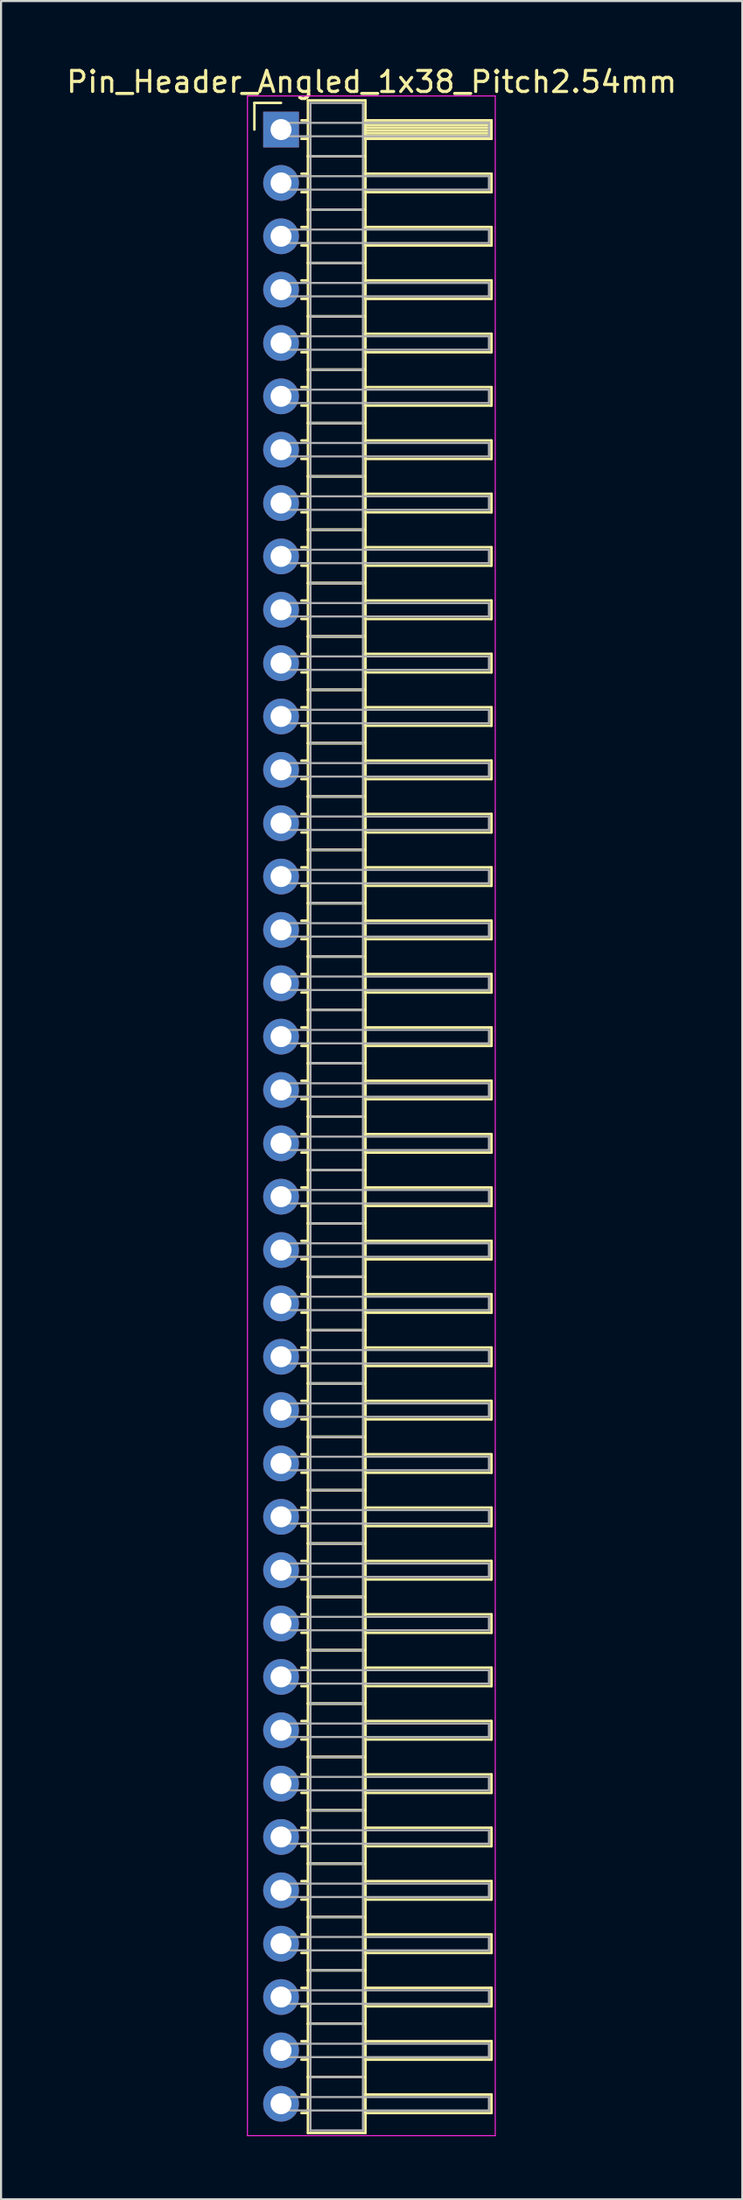
<source format=kicad_pcb>
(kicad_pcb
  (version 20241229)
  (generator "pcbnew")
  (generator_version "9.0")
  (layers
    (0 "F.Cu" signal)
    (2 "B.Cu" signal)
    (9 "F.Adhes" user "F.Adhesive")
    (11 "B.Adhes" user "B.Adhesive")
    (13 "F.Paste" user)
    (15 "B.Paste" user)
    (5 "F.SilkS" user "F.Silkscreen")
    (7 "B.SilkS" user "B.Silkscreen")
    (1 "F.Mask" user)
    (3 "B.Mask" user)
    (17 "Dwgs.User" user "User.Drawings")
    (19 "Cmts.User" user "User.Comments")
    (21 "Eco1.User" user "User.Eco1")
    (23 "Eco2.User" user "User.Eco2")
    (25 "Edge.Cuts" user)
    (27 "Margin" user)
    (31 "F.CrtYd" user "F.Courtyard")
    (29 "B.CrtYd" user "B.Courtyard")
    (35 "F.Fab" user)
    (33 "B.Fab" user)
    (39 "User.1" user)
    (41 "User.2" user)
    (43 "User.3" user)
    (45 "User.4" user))
  (footprint "Pin_Header_Angled_1x38_Pitch2.54mm"
    (layer "F.Cu")
    (at 10.334 3.118)
    (property "Reference" "Pin_Header_Angled_1x38_Pitch2.54mm" (at 4.315 -2.27 0) (layer "F.SilkS") (effects (font (size 1 1) (thickness 0.15))))
    (attr through_hole)
    (fp_line (start -1.27 -1.27) (end 0 -1.27) (stroke (width 0.12) (type solid)) (layer "F.SilkS"))
    (fp_line (start -1.27 0) (end -1.27 -1.27) (stroke (width 0.12) (type solid)) (layer "F.SilkS"))
    (fp_line (start 0.97 -0.44) (end 1.28 -0.44) (stroke (width 0.12) (type solid)) (layer "F.SilkS"))
    (fp_line (start 0.97 0.44) (end 1.28 0.44) (stroke (width 0.12) (type solid)) (layer "F.SilkS"))
    (fp_line (start 0.97 2.1) (end 1.28 2.1) (stroke (width 0.12) (type solid)) (layer "F.SilkS"))
    (fp_line (start 0.97 2.98) (end 1.28 2.98) (stroke (width 0.12) (type solid)) (layer "F.SilkS"))
    (fp_line (start 0.97 4.64) (end 1.28 4.64) (stroke (width 0.12) (type solid)) (layer "F.SilkS"))
    (fp_line (start 0.97 5.52) (end 1.28 5.52) (stroke (width 0.12) (type solid)) (layer "F.SilkS"))
    (fp_line (start 0.97 7.18) (end 1.28 7.18) (stroke (width 0.12) (type solid)) (layer "F.SilkS"))
    (fp_line (start 0.97 8.06) (end 1.28 8.06) (stroke (width 0.12) (type solid)) (layer "F.SilkS"))
    (fp_line (start 0.97 9.72) (end 1.28 9.72) (stroke (width 0.12) (type solid)) (layer "F.SilkS"))
    (fp_line (start 0.97 10.6) (end 1.28 10.6) (stroke (width 0.12) (type solid)) (layer "F.SilkS"))
    (fp_line (start 0.97 12.26) (end 1.28 12.26) (stroke (width 0.12) (type solid)) (layer "F.SilkS"))
    (fp_line (start 0.97 13.14) (end 1.28 13.14) (stroke (width 0.12) (type solid)) (layer "F.SilkS"))
    (fp_line (start 0.97 14.8) (end 1.28 14.8) (stroke (width 0.12) (type solid)) (layer "F.SilkS"))
    (fp_line (start 0.97 15.68) (end 1.28 15.68) (stroke (width 0.12) (type solid)) (layer "F.SilkS"))
    (fp_line (start 0.97 17.34) (end 1.28 17.34) (stroke (width 0.12) (type solid)) (layer "F.SilkS"))
    (fp_line (start 0.97 18.22) (end 1.28 18.22) (stroke (width 0.12) (type solid)) (layer "F.SilkS"))
    (fp_line (start 0.97 19.88) (end 1.28 19.88) (stroke (width 0.12) (type solid)) (layer "F.SilkS"))
    (fp_line (start 0.97 20.76) (end 1.28 20.76) (stroke (width 0.12) (type solid)) (layer "F.SilkS"))
    (fp_line (start 0.97 22.42) (end 1.28 22.42) (stroke (width 0.12) (type solid)) (layer "F.SilkS"))
    (fp_line (start 0.97 23.3) (end 1.28 23.3) (stroke (width 0.12) (type solid)) (layer "F.SilkS"))
    (fp_line (start 0.97 24.96) (end 1.28 24.96) (stroke (width 0.12) (type solid)) (layer "F.SilkS"))
    (fp_line (start 0.97 25.84) (end 1.28 25.84) (stroke (width 0.12) (type solid)) (layer "F.SilkS"))
    (fp_line (start 0.97 27.5) (end 1.28 27.5) (stroke (width 0.12) (type solid)) (layer "F.SilkS"))
    (fp_line (start 0.97 28.38) (end 1.28 28.38) (stroke (width 0.12) (type solid)) (layer "F.SilkS"))
    (fp_line (start 0.97 30.04) (end 1.28 30.04) (stroke (width 0.12) (type solid)) (layer "F.SilkS"))
    (fp_line (start 0.97 30.92) (end 1.28 30.92) (stroke (width 0.12) (type solid)) (layer "F.SilkS"))
    (fp_line (start 0.97 32.58) (end 1.28 32.58) (stroke (width 0.12) (type solid)) (layer "F.SilkS"))
    (fp_line (start 0.97 33.46) (end 1.28 33.46) (stroke (width 0.12) (type solid)) (layer "F.SilkS"))
    (fp_line (start 0.97 35.12) (end 1.28 35.12) (stroke (width 0.12) (type solid)) (layer "F.SilkS"))
    (fp_line (start 0.97 36) (end 1.28 36) (stroke (width 0.12) (type solid)) (layer "F.SilkS"))
    (fp_line (start 0.97 37.66) (end 1.28 37.66) (stroke (width 0.12) (type solid)) (layer "F.SilkS"))
    (fp_line (start 0.97 38.54) (end 1.28 38.54) (stroke (width 0.12) (type solid)) (layer "F.SilkS"))
    (fp_line (start 0.97 40.2) (end 1.28 40.2) (stroke (width 0.12) (type solid)) (layer "F.SilkS"))
    (fp_line (start 0.97 41.08) (end 1.28 41.08) (stroke (width 0.12) (type solid)) (layer "F.SilkS"))
    (fp_line (start 0.97 42.74) (end 1.28 42.74) (stroke (width 0.12) (type solid)) (layer "F.SilkS"))
    (fp_line (start 0.97 43.62) (end 1.28 43.62) (stroke (width 0.12) (type solid)) (layer "F.SilkS"))
    (fp_line (start 0.97 45.28) (end 1.28 45.28) (stroke (width 0.12) (type solid)) (layer "F.SilkS"))
    (fp_line (start 0.97 46.16) (end 1.28 46.16) (stroke (width 0.12) (type solid)) (layer "F.SilkS"))
    (fp_line (start 0.97 47.82) (end 1.28 47.82) (stroke (width 0.12) (type solid)) (layer "F.SilkS"))
    (fp_line (start 0.97 48.7) (end 1.28 48.7) (stroke (width 0.12) (type solid)) (layer "F.SilkS"))
    (fp_line (start 0.97 50.36) (end 1.28 50.36) (stroke (width 0.12) (type solid)) (layer "F.SilkS"))
    (fp_line (start 0.97 51.24) (end 1.28 51.24) (stroke (width 0.12) (type solid)) (layer "F.SilkS"))
    (fp_line (start 0.97 52.9) (end 1.28 52.9) (stroke (width 0.12) (type solid)) (layer "F.SilkS"))
    (fp_line (start 0.97 53.78) (end 1.28 53.78) (stroke (width 0.12) (type solid)) (layer "F.SilkS"))
    (fp_line (start 0.97 55.44) (end 1.28 55.44) (stroke (width 0.12) (type solid)) (layer "F.SilkS"))
    (fp_line (start 0.97 56.32) (end 1.28 56.32) (stroke (width 0.12) (type solid)) (layer "F.SilkS"))
    (fp_line (start 0.97 57.98) (end 1.28 57.98) (stroke (width 0.12) (type solid)) (layer "F.SilkS"))
    (fp_line (start 0.97 58.86) (end 1.28 58.86) (stroke (width 0.12) (type solid)) (layer "F.SilkS"))
    (fp_line (start 0.97 60.52) (end 1.28 60.52) (stroke (width 0.12) (type solid)) (layer "F.SilkS"))
    (fp_line (start 0.97 61.4) (end 1.28 61.4) (stroke (width 0.12) (type solid)) (layer "F.SilkS"))
    (fp_line (start 0.97 63.06) (end 1.28 63.06) (stroke (width 0.12) (type solid)) (layer "F.SilkS"))
    (fp_line (start 0.97 63.94) (end 1.28 63.94) (stroke (width 0.12) (type solid)) (layer "F.SilkS"))
    (fp_line (start 0.97 65.6) (end 1.28 65.6) (stroke (width 0.12) (type solid)) (layer "F.SilkS"))
    (fp_line (start 0.97 66.48) (end 1.28 66.48) (stroke (width 0.12) (type solid)) (layer "F.SilkS"))
    (fp_line (start 0.97 68.14) (end 1.28 68.14) (stroke (width 0.12) (type solid)) (layer "F.SilkS"))
    (fp_line (start 0.97 69.02) (end 1.28 69.02) (stroke (width 0.12) (type solid)) (layer "F.SilkS"))
    (fp_line (start 0.97 70.68) (end 1.28 70.68) (stroke (width 0.12) (type solid)) (layer "F.SilkS"))
    (fp_line (start 0.97 71.56) (end 1.28 71.56) (stroke (width 0.12) (type solid)) (layer "F.SilkS"))
    (fp_line (start 0.97 73.22) (end 1.28 73.22) (stroke (width 0.12) (type solid)) (layer "F.SilkS"))
    (fp_line (start 0.97 74.1) (end 1.28 74.1) (stroke (width 0.12) (type solid)) (layer "F.SilkS"))
    (fp_line (start 0.97 75.76) (end 1.28 75.76) (stroke (width 0.12) (type solid)) (layer "F.SilkS"))
    (fp_line (start 0.97 76.64) (end 1.28 76.64) (stroke (width 0.12) (type solid)) (layer "F.SilkS"))
    (fp_line (start 0.97 78.3) (end 1.28 78.3) (stroke (width 0.12) (type solid)) (layer "F.SilkS"))
    (fp_line (start 0.97 79.18) (end 1.28 79.18) (stroke (width 0.12) (type solid)) (layer "F.SilkS"))
    (fp_line (start 0.97 80.84) (end 1.28 80.84) (stroke (width 0.12) (type solid)) (layer "F.SilkS"))
    (fp_line (start 0.97 81.72) (end 1.28 81.72) (stroke (width 0.12) (type solid)) (layer "F.SilkS"))
    (fp_line (start 0.97 83.38) (end 1.28 83.38) (stroke (width 0.12) (type solid)) (layer "F.SilkS"))
    (fp_line (start 0.97 84.26) (end 1.28 84.26) (stroke (width 0.12) (type solid)) (layer "F.SilkS"))
    (fp_line (start 0.97 85.92) (end 1.28 85.92) (stroke (width 0.12) (type solid)) (layer "F.SilkS"))
    (fp_line (start 0.97 86.8) (end 1.28 86.8) (stroke (width 0.12) (type solid)) (layer "F.SilkS"))
    (fp_line (start 0.97 88.46) (end 1.28 88.46) (stroke (width 0.12) (type solid)) (layer "F.SilkS"))
    (fp_line (start 0.97 89.34) (end 1.28 89.34) (stroke (width 0.12) (type solid)) (layer "F.SilkS"))
    (fp_line (start 0.97 91) (end 1.28 91) (stroke (width 0.12) (type solid)) (layer "F.SilkS"))
    (fp_line (start 0.97 91.88) (end 1.28 91.88) (stroke (width 0.12) (type solid)) (layer "F.SilkS"))
    (fp_line (start 0.97 93.54) (end 1.28 93.54) (stroke (width 0.12) (type solid)) (layer "F.SilkS"))
    (fp_line (start 0.97 94.42) (end 1.28 94.42) (stroke (width 0.12) (type solid)) (layer "F.SilkS"))
    (fp_line (start 1.28 -1.39) (end 1.28 1.27) (stroke (width 0.12) (type solid)) (layer "F.SilkS"))
    (fp_line (start 1.28 1.27) (end 1.28 3.81) (stroke (width 0.12) (type solid)) (layer "F.SilkS"))
    (fp_line (start 1.28 1.27) (end 4.02 1.27) (stroke (width 0.12) (type solid)) (layer "F.SilkS"))
    (fp_line (start 1.28 3.81) (end 1.28 6.35) (stroke (width 0.12) (type solid)) (layer "F.SilkS"))
    (fp_line (start 1.28 3.81) (end 4.02 3.81) (stroke (width 0.12) (type solid)) (layer "F.SilkS"))
    (fp_line (start 1.28 6.35) (end 1.28 8.89) (stroke (width 0.12) (type solid)) (layer "F.SilkS"))
    (fp_line (start 1.28 6.35) (end 4.02 6.35) (stroke (width 0.12) (type solid)) (layer "F.SilkS"))
    (fp_line (start 1.28 8.89) (end 1.28 11.43) (stroke (width 0.12) (type solid)) (layer "F.SilkS"))
    (fp_line (start 1.28 8.89) (end 4.02 8.89) (stroke (width 0.12) (type solid)) (layer "F.SilkS"))
    (fp_line (start 1.28 11.43) (end 1.28 13.97) (stroke (width 0.12) (type solid)) (layer "F.SilkS"))
    (fp_line (start 1.28 11.43) (end 4.02 11.43) (stroke (width 0.12) (type solid)) (layer "F.SilkS"))
    (fp_line (start 1.28 13.97) (end 1.28 16.51) (stroke (width 0.12) (type solid)) (layer "F.SilkS"))
    (fp_line (start 1.28 13.97) (end 4.02 13.97) (stroke (width 0.12) (type solid)) (layer "F.SilkS"))
    (fp_line (start 1.28 16.51) (end 1.28 19.05) (stroke (width 0.12) (type solid)) (layer "F.SilkS"))
    (fp_line (start 1.28 16.51) (end 4.02 16.51) (stroke (width 0.12) (type solid)) (layer "F.SilkS"))
    (fp_line (start 1.28 19.05) (end 1.28 21.59) (stroke (width 0.12) (type solid)) (layer "F.SilkS"))
    (fp_line (start 1.28 19.05) (end 4.02 19.05) (stroke (width 0.12) (type solid)) (layer "F.SilkS"))
    (fp_line (start 1.28 21.59) (end 1.28 24.13) (stroke (width 0.12) (type solid)) (layer "F.SilkS"))
    (fp_line (start 1.28 21.59) (end 4.02 21.59) (stroke (width 0.12) (type solid)) (layer "F.SilkS"))
    (fp_line (start 1.28 24.13) (end 1.28 26.67) (stroke (width 0.12) (type solid)) (layer "F.SilkS"))
    (fp_line (start 1.28 24.13) (end 4.02 24.13) (stroke (width 0.12) (type solid)) (layer "F.SilkS"))
    (fp_line (start 1.28 26.67) (end 1.28 29.21) (stroke (width 0.12) (type solid)) (layer "F.SilkS"))
    (fp_line (start 1.28 26.67) (end 4.02 26.67) (stroke (width 0.12) (type solid)) (layer "F.SilkS"))
    (fp_line (start 1.28 29.21) (end 1.28 31.75) (stroke (width 0.12) (type solid)) (layer "F.SilkS"))
    (fp_line (start 1.28 29.21) (end 4.02 29.21) (stroke (width 0.12) (type solid)) (layer "F.SilkS"))
    (fp_line (start 1.28 31.75) (end 1.28 34.29) (stroke (width 0.12) (type solid)) (layer "F.SilkS"))
    (fp_line (start 1.28 31.75) (end 4.02 31.75) (stroke (width 0.12) (type solid)) (layer "F.SilkS"))
    (fp_line (start 1.28 34.29) (end 1.28 36.83) (stroke (width 0.12) (type solid)) (layer "F.SilkS"))
    (fp_line (start 1.28 34.29) (end 4.02 34.29) (stroke (width 0.12) (type solid)) (layer "F.SilkS"))
    (fp_line (start 1.28 36.83) (end 1.28 39.37) (stroke (width 0.12) (type solid)) (layer "F.SilkS"))
    (fp_line (start 1.28 36.83) (end 4.02 36.83) (stroke (width 0.12) (type solid)) (layer "F.SilkS"))
    (fp_line (start 1.28 39.37) (end 1.28 41.91) (stroke (width 0.12) (type solid)) (layer "F.SilkS"))
    (fp_line (start 1.28 39.37) (end 4.02 39.37) (stroke (width 0.12) (type solid)) (layer "F.SilkS"))
    (fp_line (start 1.28 41.91) (end 1.28 44.45) (stroke (width 0.12) (type solid)) (layer "F.SilkS"))
    (fp_line (start 1.28 41.91) (end 4.02 41.91) (stroke (width 0.12) (type solid)) (layer "F.SilkS"))
    (fp_line (start 1.28 44.45) (end 1.28 46.99) (stroke (width 0.12) (type solid)) (layer "F.SilkS"))
    (fp_line (start 1.28 44.45) (end 4.02 44.45) (stroke (width 0.12) (type solid)) (layer "F.SilkS"))
    (fp_line (start 1.28 46.99) (end 1.28 49.53) (stroke (width 0.12) (type solid)) (layer "F.SilkS"))
    (fp_line (start 1.28 46.99) (end 4.02 46.99) (stroke (width 0.12) (type solid)) (layer "F.SilkS"))
    (fp_line (start 1.28 49.53) (end 1.28 52.07) (stroke (width 0.12) (type solid)) (layer "F.SilkS"))
    (fp_line (start 1.28 49.53) (end 4.02 49.53) (stroke (width 0.12) (type solid)) (layer "F.SilkS"))
    (fp_line (start 1.28 52.07) (end 1.28 54.61) (stroke (width 0.12) (type solid)) (layer "F.SilkS"))
    (fp_line (start 1.28 52.07) (end 4.02 52.07) (stroke (width 0.12) (type solid)) (layer "F.SilkS"))
    (fp_line (start 1.28 54.61) (end 1.28 57.15) (stroke (width 0.12) (type solid)) (layer "F.SilkS"))
    (fp_line (start 1.28 54.61) (end 4.02 54.61) (stroke (width 0.12) (type solid)) (layer "F.SilkS"))
    (fp_line (start 1.28 57.15) (end 1.28 59.69) (stroke (width 0.12) (type solid)) (layer "F.SilkS"))
    (fp_line (start 1.28 57.15) (end 4.02 57.15) (stroke (width 0.12) (type solid)) (layer "F.SilkS"))
    (fp_line (start 1.28 59.69) (end 1.28 62.23) (stroke (width 0.12) (type solid)) (layer "F.SilkS"))
    (fp_line (start 1.28 59.69) (end 4.02 59.69) (stroke (width 0.12) (type solid)) (layer "F.SilkS"))
    (fp_line (start 1.28 62.23) (end 1.28 64.77) (stroke (width 0.12) (type solid)) (layer "F.SilkS"))
    (fp_line (start 1.28 62.23) (end 4.02 62.23) (stroke (width 0.12) (type solid)) (layer "F.SilkS"))
    (fp_line (start 1.28 64.77) (end 1.28 67.31) (stroke (width 0.12) (type solid)) (layer "F.SilkS"))
    (fp_line (start 1.28 64.77) (end 4.02 64.77) (stroke (width 0.12) (type solid)) (layer "F.SilkS"))
    (fp_line (start 1.28 67.31) (end 1.28 69.85) (stroke (width 0.12) (type solid)) (layer "F.SilkS"))
    (fp_line (start 1.28 67.31) (end 4.02 67.31) (stroke (width 0.12) (type solid)) (layer "F.SilkS"))
    (fp_line (start 1.28 69.85) (end 1.28 72.39) (stroke (width 0.12) (type solid)) (layer "F.SilkS"))
    (fp_line (start 1.28 69.85) (end 4.02 69.85) (stroke (width 0.12) (type solid)) (layer "F.SilkS"))
    (fp_line (start 1.28 72.39) (end 1.28 74.93) (stroke (width 0.12) (type solid)) (layer "F.SilkS"))
    (fp_line (start 1.28 72.39) (end 4.02 72.39) (stroke (width 0.12) (type solid)) (layer "F.SilkS"))
    (fp_line (start 1.28 74.93) (end 1.28 77.47) (stroke (width 0.12) (type solid)) (layer "F.SilkS"))
    (fp_line (start 1.28 74.93) (end 4.02 74.93) (stroke (width 0.12) (type solid)) (layer "F.SilkS"))
    (fp_line (start 1.28 77.47) (end 1.28 80.01) (stroke (width 0.12) (type solid)) (layer "F.SilkS"))
    (fp_line (start 1.28 77.47) (end 4.02 77.47) (stroke (width 0.12) (type solid)) (layer "F.SilkS"))
    (fp_line (start 1.28 80.01) (end 1.28 82.55) (stroke (width 0.12) (type solid)) (layer "F.SilkS"))
    (fp_line (start 1.28 80.01) (end 4.02 80.01) (stroke (width 0.12) (type solid)) (layer "F.SilkS"))
    (fp_line (start 1.28 82.55) (end 1.28 85.09) (stroke (width 0.12) (type solid)) (layer "F.SilkS"))
    (fp_line (start 1.28 82.55) (end 4.02 82.55) (stroke (width 0.12) (type solid)) (layer "F.SilkS"))
    (fp_line (start 1.28 85.09) (end 1.28 87.63) (stroke (width 0.12) (type solid)) (layer "F.SilkS"))
    (fp_line (start 1.28 85.09) (end 4.02 85.09) (stroke (width 0.12) (type solid)) (layer "F.SilkS"))
    (fp_line (start 1.28 87.63) (end 1.28 90.17) (stroke (width 0.12) (type solid)) (layer "F.SilkS"))
    (fp_line (start 1.28 87.63) (end 4.02 87.63) (stroke (width 0.12) (type solid)) (layer "F.SilkS"))
    (fp_line (start 1.28 90.17) (end 1.28 92.71) (stroke (width 0.12) (type solid)) (layer "F.SilkS"))
    (fp_line (start 1.28 90.17) (end 4.02 90.17) (stroke (width 0.12) (type solid)) (layer "F.SilkS"))
    (fp_line (start 1.28 92.71) (end 1.28 95.37) (stroke (width 0.12) (type solid)) (layer "F.SilkS"))
    (fp_line (start 1.28 92.71) (end 4.02 92.71) (stroke (width 0.12) (type solid)) (layer "F.SilkS"))
    (fp_line (start 1.28 95.37) (end 4.02 95.37) (stroke (width 0.12) (type solid)) (layer "F.SilkS"))
    (fp_line (start 4.02 -1.39) (end 1.28 -1.39) (stroke (width 0.12) (type solid)) (layer "F.SilkS"))
    (fp_line (start 4.02 -0.44) (end 4.02 0.44) (stroke (width 0.12) (type solid)) (layer "F.SilkS"))
    (fp_line (start 4.02 -0.32) (end 10.02 -0.32) (stroke (width 0.12) (type solid)) (layer "F.SilkS"))
    (fp_line (start 4.02 -0.2) (end 10.02 -0.2) (stroke (width 0.12) (type solid)) (layer "F.SilkS"))
    (fp_line (start 4.02 -0.08) (end 10.02 -0.08) (stroke (width 0.12) (type solid)) (layer "F.SilkS"))
    (fp_line (start 4.02 0.04) (end 10.02 0.04) (stroke (width 0.12) (type solid)) (layer "F.SilkS"))
    (fp_line (start 4.02 0.16) (end 10.02 0.16) (stroke (width 0.12) (type solid)) (layer "F.SilkS"))
    (fp_line (start 4.02 0.28) (end 10.02 0.28) (stroke (width 0.12) (type solid)) (layer "F.SilkS"))
    (fp_line (start 4.02 0.4) (end 10.02 0.4) (stroke (width 0.12) (type solid)) (layer "F.SilkS"))
    (fp_line (start 4.02 0.44) (end 10.02 0.44) (stroke (width 0.12) (type solid)) (layer "F.SilkS"))
    (fp_line (start 4.02 1.27) (end 1.28 1.27) (stroke (width 0.12) (type solid)) (layer "F.SilkS"))
    (fp_line (start 4.02 1.27) (end 4.02 -1.39) (stroke (width 0.12) (type solid)) (layer "F.SilkS"))
    (fp_line (start 4.02 2.1) (end 4.02 2.98) (stroke (width 0.12) (type solid)) (layer "F.SilkS"))
    (fp_line (start 4.02 2.98) (end 10.02 2.98) (stroke (width 0.12) (type solid)) (layer "F.SilkS"))
    (fp_line (start 4.02 3.81) (end 1.28 3.81) (stroke (width 0.12) (type solid)) (layer "F.SilkS"))
    (fp_line (start 4.02 3.81) (end 4.02 1.27) (stroke (width 0.12) (type solid)) (layer "F.SilkS"))
    (fp_line (start 4.02 4.64) (end 4.02 5.52) (stroke (width 0.12) (type solid)) (layer "F.SilkS"))
    (fp_line (start 4.02 5.52) (end 10.02 5.52) (stroke (width 0.12) (type solid)) (layer "F.SilkS"))
    (fp_line (start 4.02 6.35) (end 1.28 6.35) (stroke (width 0.12) (type solid)) (layer "F.SilkS"))
    (fp_line (start 4.02 6.35) (end 4.02 3.81) (stroke (width 0.12) (type solid)) (layer "F.SilkS"))
    (fp_line (start 4.02 7.18) (end 4.02 8.06) (stroke (width 0.12) (type solid)) (layer "F.SilkS"))
    (fp_line (start 4.02 8.06) (end 10.02 8.06) (stroke (width 0.12) (type solid)) (layer "F.SilkS"))
    (fp_line (start 4.02 8.89) (end 1.28 8.89) (stroke (width 0.12) (type solid)) (layer "F.SilkS"))
    (fp_line (start 4.02 8.89) (end 4.02 6.35) (stroke (width 0.12) (type solid)) (layer "F.SilkS"))
    (fp_line (start 4.02 9.72) (end 4.02 10.6) (stroke (width 0.12) (type solid)) (layer "F.SilkS"))
    (fp_line (start 4.02 10.6) (end 10.02 10.6) (stroke (width 0.12) (type solid)) (layer "F.SilkS"))
    (fp_line (start 4.02 11.43) (end 1.28 11.43) (stroke (width 0.12) (type solid)) (layer "F.SilkS"))
    (fp_line (start 4.02 11.43) (end 4.02 8.89) (stroke (width 0.12) (type solid)) (layer "F.SilkS"))
    (fp_line (start 4.02 12.26) (end 4.02 13.14) (stroke (width 0.12) (type solid)) (layer "F.SilkS"))
    (fp_line (start 4.02 13.14) (end 10.02 13.14) (stroke (width 0.12) (type solid)) (layer "F.SilkS"))
    (fp_line (start 4.02 13.97) (end 1.28 13.97) (stroke (width 0.12) (type solid)) (layer "F.SilkS"))
    (fp_line (start 4.02 13.97) (end 4.02 11.43) (stroke (width 0.12) (type solid)) (layer "F.SilkS"))
    (fp_line (start 4.02 14.8) (end 4.02 15.68) (stroke (width 0.12) (type solid)) (layer "F.SilkS"))
    (fp_line (start 4.02 15.68) (end 10.02 15.68) (stroke (width 0.12) (type solid)) (layer "F.SilkS"))
    (fp_line (start 4.02 16.51) (end 1.28 16.51) (stroke (width 0.12) (type solid)) (layer "F.SilkS"))
    (fp_line (start 4.02 16.51) (end 4.02 13.97) (stroke (width 0.12) (type solid)) (layer "F.SilkS"))
    (fp_line (start 4.02 17.34) (end 4.02 18.22) (stroke (width 0.12) (type solid)) (layer "F.SilkS"))
    (fp_line (start 4.02 18.22) (end 10.02 18.22) (stroke (width 0.12) (type solid)) (layer "F.SilkS"))
    (fp_line (start 4.02 19.05) (end 1.28 19.05) (stroke (width 0.12) (type solid)) (layer "F.SilkS"))
    (fp_line (start 4.02 19.05) (end 4.02 16.51) (stroke (width 0.12) (type solid)) (layer "F.SilkS"))
    (fp_line (start 4.02 19.88) (end 4.02 20.76) (stroke (width 0.12) (type solid)) (layer "F.SilkS"))
    (fp_line (start 4.02 20.76) (end 10.02 20.76) (stroke (width 0.12) (type solid)) (layer "F.SilkS"))
    (fp_line (start 4.02 21.59) (end 1.28 21.59) (stroke (width 0.12) (type solid)) (layer "F.SilkS"))
    (fp_line (start 4.02 21.59) (end 4.02 19.05) (stroke (width 0.12) (type solid)) (layer "F.SilkS"))
    (fp_line (start 4.02 22.42) (end 4.02 23.3) (stroke (width 0.12) (type solid)) (layer "F.SilkS"))
    (fp_line (start 4.02 23.3) (end 10.02 23.3) (stroke (width 0.12) (type solid)) (layer "F.SilkS"))
    (fp_line (start 4.02 24.13) (end 1.28 24.13) (stroke (width 0.12) (type solid)) (layer "F.SilkS"))
    (fp_line (start 4.02 24.13) (end 4.02 21.59) (stroke (width 0.12) (type solid)) (layer "F.SilkS"))
    (fp_line (start 4.02 24.96) (end 4.02 25.84) (stroke (width 0.12) (type solid)) (layer "F.SilkS"))
    (fp_line (start 4.02 25.84) (end 10.02 25.84) (stroke (width 0.12) (type solid)) (layer "F.SilkS"))
    (fp_line (start 4.02 26.67) (end 1.28 26.67) (stroke (width 0.12) (type solid)) (layer "F.SilkS"))
    (fp_line (start 4.02 26.67) (end 4.02 24.13) (stroke (width 0.12) (type solid)) (layer "F.SilkS"))
    (fp_line (start 4.02 27.5) (end 4.02 28.38) (stroke (width 0.12) (type solid)) (layer "F.SilkS"))
    (fp_line (start 4.02 28.38) (end 10.02 28.38) (stroke (width 0.12) (type solid)) (layer "F.SilkS"))
    (fp_line (start 4.02 29.21) (end 1.28 29.21) (stroke (width 0.12) (type solid)) (layer "F.SilkS"))
    (fp_line (start 4.02 29.21) (end 4.02 26.67) (stroke (width 0.12) (type solid)) (layer "F.SilkS"))
    (fp_line (start 4.02 30.04) (end 4.02 30.92) (stroke (width 0.12) (type solid)) (layer "F.SilkS"))
    (fp_line (start 4.02 30.92) (end 10.02 30.92) (stroke (width 0.12) (type solid)) (layer "F.SilkS"))
    (fp_line (start 4.02 31.75) (end 1.28 31.75) (stroke (width 0.12) (type solid)) (layer "F.SilkS"))
    (fp_line (start 4.02 31.75) (end 4.02 29.21) (stroke (width 0.12) (type solid)) (layer "F.SilkS"))
    (fp_line (start 4.02 32.58) (end 4.02 33.46) (stroke (width 0.12) (type solid)) (layer "F.SilkS"))
    (fp_line (start 4.02 33.46) (end 10.02 33.46) (stroke (width 0.12) (type solid)) (layer "F.SilkS"))
    (fp_line (start 4.02 34.29) (end 1.28 34.29) (stroke (width 0.12) (type solid)) (layer "F.SilkS"))
    (fp_line (start 4.02 34.29) (end 4.02 31.75) (stroke (width 0.12) (type solid)) (layer "F.SilkS"))
    (fp_line (start 4.02 35.12) (end 4.02 36) (stroke (width 0.12) (type solid)) (layer "F.SilkS"))
    (fp_line (start 4.02 36) (end 10.02 36) (stroke (width 0.12) (type solid)) (layer "F.SilkS"))
    (fp_line (start 4.02 36.83) (end 1.28 36.83) (stroke (width 0.12) (type solid)) (layer "F.SilkS"))
    (fp_line (start 4.02 36.83) (end 4.02 34.29) (stroke (width 0.12) (type solid)) (layer "F.SilkS"))
    (fp_line (start 4.02 37.66) (end 4.02 38.54) (stroke (width 0.12) (type solid)) (layer "F.SilkS"))
    (fp_line (start 4.02 38.54) (end 10.02 38.54) (stroke (width 0.12) (type solid)) (layer "F.SilkS"))
    (fp_line (start 4.02 39.37) (end 1.28 39.37) (stroke (width 0.12) (type solid)) (layer "F.SilkS"))
    (fp_line (start 4.02 39.37) (end 4.02 36.83) (stroke (width 0.12) (type solid)) (layer "F.SilkS"))
    (fp_line (start 4.02 40.2) (end 4.02 41.08) (stroke (width 0.12) (type solid)) (layer "F.SilkS"))
    (fp_line (start 4.02 41.08) (end 10.02 41.08) (stroke (width 0.12) (type solid)) (layer "F.SilkS"))
    (fp_line (start 4.02 41.91) (end 1.28 41.91) (stroke (width 0.12) (type solid)) (layer "F.SilkS"))
    (fp_line (start 4.02 41.91) (end 4.02 39.37) (stroke (width 0.12) (type solid)) (layer "F.SilkS"))
    (fp_line (start 4.02 42.74) (end 4.02 43.62) (stroke (width 0.12) (type solid)) (layer "F.SilkS"))
    (fp_line (start 4.02 43.62) (end 10.02 43.62) (stroke (width 0.12) (type solid)) (layer "F.SilkS"))
    (fp_line (start 4.02 44.45) (end 1.28 44.45) (stroke (width 0.12) (type solid)) (layer "F.SilkS"))
    (fp_line (start 4.02 44.45) (end 4.02 41.91) (stroke (width 0.12) (type solid)) (layer "F.SilkS"))
    (fp_line (start 4.02 45.28) (end 4.02 46.16) (stroke (width 0.12) (type solid)) (layer "F.SilkS"))
    (fp_line (start 4.02 46.16) (end 10.02 46.16) (stroke (width 0.12) (type solid)) (layer "F.SilkS"))
    (fp_line (start 4.02 46.99) (end 1.28 46.99) (stroke (width 0.12) (type solid)) (layer "F.SilkS"))
    (fp_line (start 4.02 46.99) (end 4.02 44.45) (stroke (width 0.12) (type solid)) (layer "F.SilkS"))
    (fp_line (start 4.02 47.82) (end 4.02 48.7) (stroke (width 0.12) (type solid)) (layer "F.SilkS"))
    (fp_line (start 4.02 48.7) (end 10.02 48.7) (stroke (width 0.12) (type solid)) (layer "F.SilkS"))
    (fp_line (start 4.02 49.53) (end 1.28 49.53) (stroke (width 0.12) (type solid)) (layer "F.SilkS"))
    (fp_line (start 4.02 49.53) (end 4.02 46.99) (stroke (width 0.12) (type solid)) (layer "F.SilkS"))
    (fp_line (start 4.02 50.36) (end 4.02 51.24) (stroke (width 0.12) (type solid)) (layer "F.SilkS"))
    (fp_line (start 4.02 51.24) (end 10.02 51.24) (stroke (width 0.12) (type solid)) (layer "F.SilkS"))
    (fp_line (start 4.02 52.07) (end 1.28 52.07) (stroke (width 0.12) (type solid)) (layer "F.SilkS"))
    (fp_line (start 4.02 52.07) (end 4.02 49.53) (stroke (width 0.12) (type solid)) (layer "F.SilkS"))
    (fp_line (start 4.02 52.9) (end 4.02 53.78) (stroke (width 0.12) (type solid)) (layer "F.SilkS"))
    (fp_line (start 4.02 53.78) (end 10.02 53.78) (stroke (width 0.12) (type solid)) (layer "F.SilkS"))
    (fp_line (start 4.02 54.61) (end 1.28 54.61) (stroke (width 0.12) (type solid)) (layer "F.SilkS"))
    (fp_line (start 4.02 54.61) (end 4.02 52.07) (stroke (width 0.12) (type solid)) (layer "F.SilkS"))
    (fp_line (start 4.02 55.44) (end 4.02 56.32) (stroke (width 0.12) (type solid)) (layer "F.SilkS"))
    (fp_line (start 4.02 56.32) (end 10.02 56.32) (stroke (width 0.12) (type solid)) (layer "F.SilkS"))
    (fp_line (start 4.02 57.15) (end 1.28 57.15) (stroke (width 0.12) (type solid)) (layer "F.SilkS"))
    (fp_line (start 4.02 57.15) (end 4.02 54.61) (stroke (width 0.12) (type solid)) (layer "F.SilkS"))
    (fp_line (start 4.02 57.98) (end 4.02 58.86) (stroke (width 0.12) (type solid)) (layer "F.SilkS"))
    (fp_line (start 4.02 58.86) (end 10.02 58.86) (stroke (width 0.12) (type solid)) (layer "F.SilkS"))
    (fp_line (start 4.02 59.69) (end 1.28 59.69) (stroke (width 0.12) (type solid)) (layer "F.SilkS"))
    (fp_line (start 4.02 59.69) (end 4.02 57.15) (stroke (width 0.12) (type solid)) (layer "F.SilkS"))
    (fp_line (start 4.02 60.52) (end 4.02 61.4) (stroke (width 0.12) (type solid)) (layer "F.SilkS"))
    (fp_line (start 4.02 61.4) (end 10.02 61.4) (stroke (width 0.12) (type solid)) (layer "F.SilkS"))
    (fp_line (start 4.02 62.23) (end 1.28 62.23) (stroke (width 0.12) (type solid)) (layer "F.SilkS"))
    (fp_line (start 4.02 62.23) (end 4.02 59.69) (stroke (width 0.12) (type solid)) (layer "F.SilkS"))
    (fp_line (start 4.02 63.06) (end 4.02 63.94) (stroke (width 0.12) (type solid)) (layer "F.SilkS"))
    (fp_line (start 4.02 63.94) (end 10.02 63.94) (stroke (width 0.12) (type solid)) (layer "F.SilkS"))
    (fp_line (start 4.02 64.77) (end 1.28 64.77) (stroke (width 0.12) (type solid)) (layer "F.SilkS"))
    (fp_line (start 4.02 64.77) (end 4.02 62.23) (stroke (width 0.12) (type solid)) (layer "F.SilkS"))
    (fp_line (start 4.02 65.6) (end 4.02 66.48) (stroke (width 0.12) (type solid)) (layer "F.SilkS"))
    (fp_line (start 4.02 66.48) (end 10.02 66.48) (stroke (width 0.12) (type solid)) (layer "F.SilkS"))
    (fp_line (start 4.02 67.31) (end 1.28 67.31) (stroke (width 0.12) (type solid)) (layer "F.SilkS"))
    (fp_line (start 4.02 67.31) (end 4.02 64.77) (stroke (width 0.12) (type solid)) (layer "F.SilkS"))
    (fp_line (start 4.02 68.14) (end 4.02 69.02) (stroke (width 0.12) (type solid)) (layer "F.SilkS"))
    (fp_line (start 4.02 69.02) (end 10.02 69.02) (stroke (width 0.12) (type solid)) (layer "F.SilkS"))
    (fp_line (start 4.02 69.85) (end 1.28 69.85) (stroke (width 0.12) (type solid)) (layer "F.SilkS"))
    (fp_line (start 4.02 69.85) (end 4.02 67.31) (stroke (width 0.12) (type solid)) (layer "F.SilkS"))
    (fp_line (start 4.02 70.68) (end 4.02 71.56) (stroke (width 0.12) (type solid)) (layer "F.SilkS"))
    (fp_line (start 4.02 71.56) (end 10.02 71.56) (stroke (width 0.12) (type solid)) (layer "F.SilkS"))
    (fp_line (start 4.02 72.39) (end 1.28 72.39) (stroke (width 0.12) (type solid)) (layer "F.SilkS"))
    (fp_line (start 4.02 72.39) (end 4.02 69.85) (stroke (width 0.12) (type solid)) (layer "F.SilkS"))
    (fp_line (start 4.02 73.22) (end 4.02 74.1) (stroke (width 0.12) (type solid)) (layer "F.SilkS"))
    (fp_line (start 4.02 74.1) (end 10.02 74.1) (stroke (width 0.12) (type solid)) (layer "F.SilkS"))
    (fp_line (start 4.02 74.93) (end 1.28 74.93) (stroke (width 0.12) (type solid)) (layer "F.SilkS"))
    (fp_line (start 4.02 74.93) (end 4.02 72.39) (stroke (width 0.12) (type solid)) (layer "F.SilkS"))
    (fp_line (start 4.02 75.76) (end 4.02 76.64) (stroke (width 0.12) (type solid)) (layer "F.SilkS"))
    (fp_line (start 4.02 76.64) (end 10.02 76.64) (stroke (width 0.12) (type solid)) (layer "F.SilkS"))
    (fp_line (start 4.02 77.47) (end 1.28 77.47) (stroke (width 0.12) (type solid)) (layer "F.SilkS"))
    (fp_line (start 4.02 77.47) (end 4.02 74.93) (stroke (width 0.12) (type solid)) (layer "F.SilkS"))
    (fp_line (start 4.02 78.3) (end 4.02 79.18) (stroke (width 0.12) (type solid)) (layer "F.SilkS"))
    (fp_line (start 4.02 79.18) (end 10.02 79.18) (stroke (width 0.12) (type solid)) (layer "F.SilkS"))
    (fp_line (start 4.02 80.01) (end 1.28 80.01) (stroke (width 0.12) (type solid)) (layer "F.SilkS"))
    (fp_line (start 4.02 80.01) (end 4.02 77.47) (stroke (width 0.12) (type solid)) (layer "F.SilkS"))
    (fp_line (start 4.02 80.84) (end 4.02 81.72) (stroke (width 0.12) (type solid)) (layer "F.SilkS"))
    (fp_line (start 4.02 81.72) (end 10.02 81.72) (stroke (width 0.12) (type solid)) (layer "F.SilkS"))
    (fp_line (start 4.02 82.55) (end 1.28 82.55) (stroke (width 0.12) (type solid)) (layer "F.SilkS"))
    (fp_line (start 4.02 82.55) (end 4.02 80.01) (stroke (width 0.12) (type solid)) (layer "F.SilkS"))
    (fp_line (start 4.02 83.38) (end 4.02 84.26) (stroke (width 0.12) (type solid)) (layer "F.SilkS"))
    (fp_line (start 4.02 84.26) (end 10.02 84.26) (stroke (width 0.12) (type solid)) (layer "F.SilkS"))
    (fp_line (start 4.02 85.09) (end 1.28 85.09) (stroke (width 0.12) (type solid)) (layer "F.SilkS"))
    (fp_line (start 4.02 85.09) (end 4.02 82.55) (stroke (width 0.12) (type solid)) (layer "F.SilkS"))
    (fp_line (start 4.02 85.92) (end 4.02 86.8) (stroke (width 0.12) (type solid)) (layer "F.SilkS"))
    (fp_line (start 4.02 86.8) (end 10.02 86.8) (stroke (width 0.12) (type solid)) (layer "F.SilkS"))
    (fp_line (start 4.02 87.63) (end 1.28 87.63) (stroke (width 0.12) (type solid)) (layer "F.SilkS"))
    (fp_line (start 4.02 87.63) (end 4.02 85.09) (stroke (width 0.12) (type solid)) (layer "F.SilkS"))
    (fp_line (start 4.02 88.46) (end 4.02 89.34) (stroke (width 0.12) (type solid)) (layer "F.SilkS"))
    (fp_line (start 4.02 89.34) (end 10.02 89.34) (stroke (width 0.12) (type solid)) (layer "F.SilkS"))
    (fp_line (start 4.02 90.17) (end 1.28 90.17) (stroke (width 0.12) (type solid)) (layer "F.SilkS"))
    (fp_line (start 4.02 90.17) (end 4.02 87.63) (stroke (width 0.12) (type solid)) (layer "F.SilkS"))
    (fp_line (start 4.02 91) (end 4.02 91.88) (stroke (width 0.12) (type solid)) (layer "F.SilkS"))
    (fp_line (start 4.02 91.88) (end 10.02 91.88) (stroke (width 0.12) (type solid)) (layer "F.SilkS"))
    (fp_line (start 4.02 92.71) (end 1.28 92.71) (stroke (width 0.12) (type solid)) (layer "F.SilkS"))
    (fp_line (start 4.02 92.71) (end 4.02 90.17) (stroke (width 0.12) (type solid)) (layer "F.SilkS"))
    (fp_line (start 4.02 93.54) (end 4.02 94.42) (stroke (width 0.12) (type solid)) (layer "F.SilkS"))
    (fp_line (start 4.02 94.42) (end 10.02 94.42) (stroke (width 0.12) (type solid)) (layer "F.SilkS"))
    (fp_line (start 4.02 95.37) (end 4.02 92.71) (stroke (width 0.12) (type solid)) (layer "F.SilkS"))
    (fp_line (start 10.02 -0.44) (end 4.02 -0.44) (stroke (width 0.12) (type solid)) (layer "F.SilkS"))
    (fp_line (start 10.02 0.44) (end 10.02 -0.44) (stroke (width 0.12) (type solid)) (layer "F.SilkS"))
    (fp_line (start 10.02 2.1) (end 4.02 2.1) (stroke (width 0.12) (type solid)) (layer "F.SilkS"))
    (fp_line (start 10.02 2.98) (end 10.02 2.1) (stroke (width 0.12) (type solid)) (layer "F.SilkS"))
    (fp_line (start 10.02 4.64) (end 4.02 4.64) (stroke (width 0.12) (type solid)) (layer "F.SilkS"))
    (fp_line (start 10.02 5.52) (end 10.02 4.64) (stroke (width 0.12) (type solid)) (layer "F.SilkS"))
    (fp_line (start 10.02 7.18) (end 4.02 7.18) (stroke (width 0.12) (type solid)) (layer "F.SilkS"))
    (fp_line (start 10.02 8.06) (end 10.02 7.18) (stroke (width 0.12) (type solid)) (layer "F.SilkS"))
    (fp_line (start 10.02 9.72) (end 4.02 9.72) (stroke (width 0.12) (type solid)) (layer "F.SilkS"))
    (fp_line (start 10.02 10.6) (end 10.02 9.72) (stroke (width 0.12) (type solid)) (layer "F.SilkS"))
    (fp_line (start 10.02 12.26) (end 4.02 12.26) (stroke (width 0.12) (type solid)) (layer "F.SilkS"))
    (fp_line (start 10.02 13.14) (end 10.02 12.26) (stroke (width 0.12) (type solid)) (layer "F.SilkS"))
    (fp_line (start 10.02 14.8) (end 4.02 14.8) (stroke (width 0.12) (type solid)) (layer "F.SilkS"))
    (fp_line (start 10.02 15.68) (end 10.02 14.8) (stroke (width 0.12) (type solid)) (layer "F.SilkS"))
    (fp_line (start 10.02 17.34) (end 4.02 17.34) (stroke (width 0.12) (type solid)) (layer "F.SilkS"))
    (fp_line (start 10.02 18.22) (end 10.02 17.34) (stroke (width 0.12) (type solid)) (layer "F.SilkS"))
    (fp_line (start 10.02 19.88) (end 4.02 19.88) (stroke (width 0.12) (type solid)) (layer "F.SilkS"))
    (fp_line (start 10.02 20.76) (end 10.02 19.88) (stroke (width 0.12) (type solid)) (layer "F.SilkS"))
    (fp_line (start 10.02 22.42) (end 4.02 22.42) (stroke (width 0.12) (type solid)) (layer "F.SilkS"))
    (fp_line (start 10.02 23.3) (end 10.02 22.42) (stroke (width 0.12) (type solid)) (layer "F.SilkS"))
    (fp_line (start 10.02 24.96) (end 4.02 24.96) (stroke (width 0.12) (type solid)) (layer "F.SilkS"))
    (fp_line (start 10.02 25.84) (end 10.02 24.96) (stroke (width 0.12) (type solid)) (layer "F.SilkS"))
    (fp_line (start 10.02 27.5) (end 4.02 27.5) (stroke (width 0.12) (type solid)) (layer "F.SilkS"))
    (fp_line (start 10.02 28.38) (end 10.02 27.5) (stroke (width 0.12) (type solid)) (layer "F.SilkS"))
    (fp_line (start 10.02 30.04) (end 4.02 30.04) (stroke (width 0.12) (type solid)) (layer "F.SilkS"))
    (fp_line (start 10.02 30.92) (end 10.02 30.04) (stroke (width 0.12) (type solid)) (layer "F.SilkS"))
    (fp_line (start 10.02 32.58) (end 4.02 32.58) (stroke (width 0.12) (type solid)) (layer "F.SilkS"))
    (fp_line (start 10.02 33.46) (end 10.02 32.58) (stroke (width 0.12) (type solid)) (layer "F.SilkS"))
    (fp_line (start 10.02 35.12) (end 4.02 35.12) (stroke (width 0.12) (type solid)) (layer "F.SilkS"))
    (fp_line (start 10.02 36) (end 10.02 35.12) (stroke (width 0.12) (type solid)) (layer "F.SilkS"))
    (fp_line (start 10.02 37.66) (end 4.02 37.66) (stroke (width 0.12) (type solid)) (layer "F.SilkS"))
    (fp_line (start 10.02 38.54) (end 10.02 37.66) (stroke (width 0.12) (type solid)) (layer "F.SilkS"))
    (fp_line (start 10.02 40.2) (end 4.02 40.2) (stroke (width 0.12) (type solid)) (layer "F.SilkS"))
    (fp_line (start 10.02 41.08) (end 10.02 40.2) (stroke (width 0.12) (type solid)) (layer "F.SilkS"))
    (fp_line (start 10.02 42.74) (end 4.02 42.74) (stroke (width 0.12) (type solid)) (layer "F.SilkS"))
    (fp_line (start 10.02 43.62) (end 10.02 42.74) (stroke (width 0.12) (type solid)) (layer "F.SilkS"))
    (fp_line (start 10.02 45.28) (end 4.02 45.28) (stroke (width 0.12) (type solid)) (layer "F.SilkS"))
    (fp_line (start 10.02 46.16) (end 10.02 45.28) (stroke (width 0.12) (type solid)) (layer "F.SilkS"))
    (fp_line (start 10.02 47.82) (end 4.02 47.82) (stroke (width 0.12) (type solid)) (layer "F.SilkS"))
    (fp_line (start 10.02 48.7) (end 10.02 47.82) (stroke (width 0.12) (type solid)) (layer "F.SilkS"))
    (fp_line (start 10.02 50.36) (end 4.02 50.36) (stroke (width 0.12) (type solid)) (layer "F.SilkS"))
    (fp_line (start 10.02 51.24) (end 10.02 50.36) (stroke (width 0.12) (type solid)) (layer "F.SilkS"))
    (fp_line (start 10.02 52.9) (end 4.02 52.9) (stroke (width 0.12) (type solid)) (layer "F.SilkS"))
    (fp_line (start 10.02 53.78) (end 10.02 52.9) (stroke (width 0.12) (type solid)) (layer "F.SilkS"))
    (fp_line (start 10.02 55.44) (end 4.02 55.44) (stroke (width 0.12) (type solid)) (layer "F.SilkS"))
    (fp_line (start 10.02 56.32) (end 10.02 55.44) (stroke (width 0.12) (type solid)) (layer "F.SilkS"))
    (fp_line (start 10.02 57.98) (end 4.02 57.98) (stroke (width 0.12) (type solid)) (layer "F.SilkS"))
    (fp_line (start 10.02 58.86) (end 10.02 57.98) (stroke (width 0.12) (type solid)) (layer "F.SilkS"))
    (fp_line (start 10.02 60.52) (end 4.02 60.52) (stroke (width 0.12) (type solid)) (layer "F.SilkS"))
    (fp_line (start 10.02 61.4) (end 10.02 60.52) (stroke (width 0.12) (type solid)) (layer "F.SilkS"))
    (fp_line (start 10.02 63.06) (end 4.02 63.06) (stroke (width 0.12) (type solid)) (layer "F.SilkS"))
    (fp_line (start 10.02 63.94) (end 10.02 63.06) (stroke (width 0.12) (type solid)) (layer "F.SilkS"))
    (fp_line (start 10.02 65.6) (end 4.02 65.6) (stroke (width 0.12) (type solid)) (layer "F.SilkS"))
    (fp_line (start 10.02 66.48) (end 10.02 65.6) (stroke (width 0.12) (type solid)) (layer "F.SilkS"))
    (fp_line (start 10.02 68.14) (end 4.02 68.14) (stroke (width 0.12) (type solid)) (layer "F.SilkS"))
    (fp_line (start 10.02 69.02) (end 10.02 68.14) (stroke (width 0.12) (type solid)) (layer "F.SilkS"))
    (fp_line (start 10.02 70.68) (end 4.02 70.68) (stroke (width 0.12) (type solid)) (layer "F.SilkS"))
    (fp_line (start 10.02 71.56) (end 10.02 70.68) (stroke (width 0.12) (type solid)) (layer "F.SilkS"))
    (fp_line (start 10.02 73.22) (end 4.02 73.22) (stroke (width 0.12) (type solid)) (layer "F.SilkS"))
    (fp_line (start 10.02 74.1) (end 10.02 73.22) (stroke (width 0.12) (type solid)) (layer "F.SilkS"))
    (fp_line (start 10.02 75.76) (end 4.02 75.76) (stroke (width 0.12) (type solid)) (layer "F.SilkS"))
    (fp_line (start 10.02 76.64) (end 10.02 75.76) (stroke (width 0.12) (type solid)) (layer "F.SilkS"))
    (fp_line (start 10.02 78.3) (end 4.02 78.3) (stroke (width 0.12) (type solid)) (layer "F.SilkS"))
    (fp_line (start 10.02 79.18) (end 10.02 78.3) (stroke (width 0.12) (type solid)) (layer "F.SilkS"))
    (fp_line (start 10.02 80.84) (end 4.02 80.84) (stroke (width 0.12) (type solid)) (layer "F.SilkS"))
    (fp_line (start 10.02 81.72) (end 10.02 80.84) (stroke (width 0.12) (type solid)) (layer "F.SilkS"))
    (fp_line (start 10.02 83.38) (end 4.02 83.38) (stroke (width 0.12) (type solid)) (layer "F.SilkS"))
    (fp_line (start 10.02 84.26) (end 10.02 83.38) (stroke (width 0.12) (type solid)) (layer "F.SilkS"))
    (fp_line (start 10.02 85.92) (end 4.02 85.92) (stroke (width 0.12) (type solid)) (layer "F.SilkS"))
    (fp_line (start 10.02 86.8) (end 10.02 85.92) (stroke (width 0.12) (type solid)) (layer "F.SilkS"))
    (fp_line (start 10.02 88.46) (end 4.02 88.46) (stroke (width 0.12) (type solid)) (layer "F.SilkS"))
    (fp_line (start 10.02 89.34) (end 10.02 88.46) (stroke (width 0.12) (type solid)) (layer "F.SilkS"))
    (fp_line (start 10.02 91) (end 4.02 91) (stroke (width 0.12) (type solid)) (layer "F.SilkS"))
    (fp_line (start 10.02 91.88) (end 10.02 91) (stroke (width 0.12) (type solid)) (layer "F.SilkS"))
    (fp_line (start 10.02 93.54) (end 4.02 93.54) (stroke (width 0.12) (type solid)) (layer "F.SilkS"))
    (fp_line (start 10.02 94.42) (end 10.02 93.54) (stroke (width 0.12) (type solid)) (layer "F.SilkS"))
    (fp_line (start -1.6 -1.6) (end -1.6 95.5) (stroke (width 0.05) (type solid)) (layer "F.CrtYd"))
    (fp_line (start -1.6 95.5) (end 10.2 95.5) (stroke (width 0.05) (type solid)) (layer "F.CrtYd"))
    (fp_line (start 10.2 -1.6) (end -1.6 -1.6) (stroke (width 0.05) (type solid)) (layer "F.CrtYd"))
    (fp_line (start 10.2 95.5) (end 10.2 -1.6) (stroke (width 0.05) (type solid)) (layer "F.CrtYd"))
    (fp_line (start 0 -0.32) (end 0 0.32) (stroke (width 0.1) (type solid)) (layer "F.Fab"))
    (fp_line (start 0 0.32) (end 9.9 0.32) (stroke (width 0.1) (type solid)) (layer "F.Fab"))
    (fp_line (start 0 2.22) (end 0 2.86) (stroke (width 0.1) (type solid)) (layer "F.Fab"))
    (fp_line (start 0 2.86) (end 9.9 2.86) (stroke (width 0.1) (type solid)) (layer "F.Fab"))
    (fp_line (start 0 4.76) (end 0 5.4) (stroke (width 0.1) (type solid)) (layer "F.Fab"))
    (fp_line (start 0 5.4) (end 9.9 5.4) (stroke (width 0.1) (type solid)) (layer "F.Fab"))
    (fp_line (start 0 7.3) (end 0 7.94) (stroke (width 0.1) (type solid)) (layer "F.Fab"))
    (fp_line (start 0 7.94) (end 9.9 7.94) (stroke (width 0.1) (type solid)) (layer "F.Fab"))
    (fp_line (start 0 9.84) (end 0 10.48) (stroke (width 0.1) (type solid)) (layer "F.Fab"))
    (fp_line (start 0 10.48) (end 9.9 10.48) (stroke (width 0.1) (type solid)) (layer "F.Fab"))
    (fp_line (start 0 12.38) (end 0 13.02) (stroke (width 0.1) (type solid)) (layer "F.Fab"))
    (fp_line (start 0 13.02) (end 9.9 13.02) (stroke (width 0.1) (type solid)) (layer "F.Fab"))
    (fp_line (start 0 14.92) (end 0 15.56) (stroke (width 0.1) (type solid)) (layer "F.Fab"))
    (fp_line (start 0 15.56) (end 9.9 15.56) (stroke (width 0.1) (type solid)) (layer "F.Fab"))
    (fp_line (start 0 17.46) (end 0 18.1) (stroke (width 0.1) (type solid)) (layer "F.Fab"))
    (fp_line (start 0 18.1) (end 9.9 18.1) (stroke (width 0.1) (type solid)) (layer "F.Fab"))
    (fp_line (start 0 20) (end 0 20.64) (stroke (width 0.1) (type solid)) (layer "F.Fab"))
    (fp_line (start 0 20.64) (end 9.9 20.64) (stroke (width 0.1) (type solid)) (layer "F.Fab"))
    (fp_line (start 0 22.54) (end 0 23.18) (stroke (width 0.1) (type solid)) (layer "F.Fab"))
    (fp_line (start 0 23.18) (end 9.9 23.18) (stroke (width 0.1) (type solid)) (layer "F.Fab"))
    (fp_line (start 0 25.08) (end 0 25.72) (stroke (width 0.1) (type solid)) (layer "F.Fab"))
    (fp_line (start 0 25.72) (end 9.9 25.72) (stroke (width 0.1) (type solid)) (layer "F.Fab"))
    (fp_line (start 0 27.62) (end 0 28.26) (stroke (width 0.1) (type solid)) (layer "F.Fab"))
    (fp_line (start 0 28.26) (end 9.9 28.26) (stroke (width 0.1) (type solid)) (layer "F.Fab"))
    (fp_line (start 0 30.16) (end 0 30.8) (stroke (width 0.1) (type solid)) (layer "F.Fab"))
    (fp_line (start 0 30.8) (end 9.9 30.8) (stroke (width 0.1) (type solid)) (layer "F.Fab"))
    (fp_line (start 0 32.7) (end 0 33.34) (stroke (width 0.1) (type solid)) (layer "F.Fab"))
    (fp_line (start 0 33.34) (end 9.9 33.34) (stroke (width 0.1) (type solid)) (layer "F.Fab"))
    (fp_line (start 0 35.24) (end 0 35.88) (stroke (width 0.1) (type solid)) (layer "F.Fab"))
    (fp_line (start 0 35.88) (end 9.9 35.88) (stroke (width 0.1) (type solid)) (layer "F.Fab"))
    (fp_line (start 0 37.78) (end 0 38.42) (stroke (width 0.1) (type solid)) (layer "F.Fab"))
    (fp_line (start 0 38.42) (end 9.9 38.42) (stroke (width 0.1) (type solid)) (layer "F.Fab"))
    (fp_line (start 0 40.32) (end 0 40.96) (stroke (width 0.1) (type solid)) (layer "F.Fab"))
    (fp_line (start 0 40.96) (end 9.9 40.96) (stroke (width 0.1) (type solid)) (layer "F.Fab"))
    (fp_line (start 0 42.86) (end 0 43.5) (stroke (width 0.1) (type solid)) (layer "F.Fab"))
    (fp_line (start 0 43.5) (end 9.9 43.5) (stroke (width 0.1) (type solid)) (layer "F.Fab"))
    (fp_line (start 0 45.4) (end 0 46.04) (stroke (width 0.1) (type solid)) (layer "F.Fab"))
    (fp_line (start 0 46.04) (end 9.9 46.04) (stroke (width 0.1) (type solid)) (layer "F.Fab"))
    (fp_line (start 0 47.94) (end 0 48.58) (stroke (width 0.1) (type solid)) (layer "F.Fab"))
    (fp_line (start 0 48.58) (end 9.9 48.58) (stroke (width 0.1) (type solid)) (layer "F.Fab"))
    (fp_line (start 0 50.48) (end 0 51.12) (stroke (width 0.1) (type solid)) (layer "F.Fab"))
    (fp_line (start 0 51.12) (end 9.9 51.12) (stroke (width 0.1) (type solid)) (layer "F.Fab"))
    (fp_line (start 0 53.02) (end 0 53.66) (stroke (width 0.1) (type solid)) (layer "F.Fab"))
    (fp_line (start 0 53.66) (end 9.9 53.66) (stroke (width 0.1) (type solid)) (layer "F.Fab"))
    (fp_line (start 0 55.56) (end 0 56.2) (stroke (width 0.1) (type solid)) (layer "F.Fab"))
    (fp_line (start 0 56.2) (end 9.9 56.2) (stroke (width 0.1) (type solid)) (layer "F.Fab"))
    (fp_line (start 0 58.1) (end 0 58.74) (stroke (width 0.1) (type solid)) (layer "F.Fab"))
    (fp_line (start 0 58.74) (end 9.9 58.74) (stroke (width 0.1) (type solid)) (layer "F.Fab"))
    (fp_line (start 0 60.64) (end 0 61.28) (stroke (width 0.1) (type solid)) (layer "F.Fab"))
    (fp_line (start 0 61.28) (end 9.9 61.28) (stroke (width 0.1) (type solid)) (layer "F.Fab"))
    (fp_line (start 0 63.18) (end 0 63.82) (stroke (width 0.1) (type solid)) (layer "F.Fab"))
    (fp_line (start 0 63.82) (end 9.9 63.82) (stroke (width 0.1) (type solid)) (layer "F.Fab"))
    (fp_line (start 0 65.72) (end 0 66.36) (stroke (width 0.1) (type solid)) (layer "F.Fab"))
    (fp_line (start 0 66.36) (end 9.9 66.36) (stroke (width 0.1) (type solid)) (layer "F.Fab"))
    (fp_line (start 0 68.26) (end 0 68.9) (stroke (width 0.1) (type solid)) (layer "F.Fab"))
    (fp_line (start 0 68.9) (end 9.9 68.9) (stroke (width 0.1) (type solid)) (layer "F.Fab"))
    (fp_line (start 0 70.8) (end 0 71.44) (stroke (width 0.1) (type solid)) (layer "F.Fab"))
    (fp_line (start 0 71.44) (end 9.9 71.44) (stroke (width 0.1) (type solid)) (layer "F.Fab"))
    (fp_line (start 0 73.34) (end 0 73.98) (stroke (width 0.1) (type solid)) (layer "F.Fab"))
    (fp_line (start 0 73.98) (end 9.9 73.98) (stroke (width 0.1) (type solid)) (layer "F.Fab"))
    (fp_line (start 0 75.88) (end 0 76.52) (stroke (width 0.1) (type solid)) (layer "F.Fab"))
    (fp_line (start 0 76.52) (end 9.9 76.52) (stroke (width 0.1) (type solid)) (layer "F.Fab"))
    (fp_line (start 0 78.42) (end 0 79.06) (stroke (width 0.1) (type solid)) (layer "F.Fab"))
    (fp_line (start 0 79.06) (end 9.9 79.06) (stroke (width 0.1) (type solid)) (layer "F.Fab"))
    (fp_line (start 0 80.96) (end 0 81.6) (stroke (width 0.1) (type solid)) (layer "F.Fab"))
    (fp_line (start 0 81.6) (end 9.9 81.6) (stroke (width 0.1) (type solid)) (layer "F.Fab"))
    (fp_line (start 0 83.5) (end 0 84.14) (stroke (width 0.1) (type solid)) (layer "F.Fab"))
    (fp_line (start 0 84.14) (end 9.9 84.14) (stroke (width 0.1) (type solid)) (layer "F.Fab"))
    (fp_line (start 0 86.04) (end 0 86.68) (stroke (width 0.1) (type solid)) (layer "F.Fab"))
    (fp_line (start 0 86.68) (end 9.9 86.68) (stroke (width 0.1) (type solid)) (layer "F.Fab"))
    (fp_line (start 0 88.58) (end 0 89.22) (stroke (width 0.1) (type solid)) (layer "F.Fab"))
    (fp_line (start 0 89.22) (end 9.9 89.22) (stroke (width 0.1) (type solid)) (layer "F.Fab"))
    (fp_line (start 0 91.12) (end 0 91.76) (stroke (width 0.1) (type solid)) (layer "F.Fab"))
    (fp_line (start 0 91.76) (end 9.9 91.76) (stroke (width 0.1) (type solid)) (layer "F.Fab"))
    (fp_line (start 0 93.66) (end 0 94.3) (stroke (width 0.1) (type solid)) (layer "F.Fab"))
    (fp_line (start 0 94.3) (end 9.9 94.3) (stroke (width 0.1) (type solid)) (layer "F.Fab"))
    (fp_line (start 1.4 -1.27) (end 1.4 1.27) (stroke (width 0.1) (type solid)) (layer "F.Fab"))
    (fp_line (start 1.4 1.27) (end 1.4 3.81) (stroke (width 0.1) (type solid)) (layer "F.Fab"))
    (fp_line (start 1.4 1.27) (end 3.9 1.27) (stroke (width 0.1) (type solid)) (layer "F.Fab"))
    (fp_line (start 1.4 3.81) (end 1.4 6.35) (stroke (width 0.1) (type solid)) (layer "F.Fab"))
    (fp_line (start 1.4 3.81) (end 3.9 3.81) (stroke (width 0.1) (type solid)) (layer "F.Fab"))
    (fp_line (start 1.4 6.35) (end 1.4 8.89) (stroke (width 0.1) (type solid)) (layer "F.Fab"))
    (fp_line (start 1.4 6.35) (end 3.9 6.35) (stroke (width 0.1) (type solid)) (layer "F.Fab"))
    (fp_line (start 1.4 8.89) (end 1.4 11.43) (stroke (width 0.1) (type solid)) (layer "F.Fab"))
    (fp_line (start 1.4 8.89) (end 3.9 8.89) (stroke (width 0.1) (type solid)) (layer "F.Fab"))
    (fp_line (start 1.4 11.43) (end 1.4 13.97) (stroke (width 0.1) (type solid)) (layer "F.Fab"))
    (fp_line (start 1.4 11.43) (end 3.9 11.43) (stroke (width 0.1) (type solid)) (layer "F.Fab"))
    (fp_line (start 1.4 13.97) (end 1.4 16.51) (stroke (width 0.1) (type solid)) (layer "F.Fab"))
    (fp_line (start 1.4 13.97) (end 3.9 13.97) (stroke (width 0.1) (type solid)) (layer "F.Fab"))
    (fp_line (start 1.4 16.51) (end 1.4 19.05) (stroke (width 0.1) (type solid)) (layer "F.Fab"))
    (fp_line (start 1.4 16.51) (end 3.9 16.51) (stroke (width 0.1) (type solid)) (layer "F.Fab"))
    (fp_line (start 1.4 19.05) (end 1.4 21.59) (stroke (width 0.1) (type solid)) (layer "F.Fab"))
    (fp_line (start 1.4 19.05) (end 3.9 19.05) (stroke (width 0.1) (type solid)) (layer "F.Fab"))
    (fp_line (start 1.4 21.59) (end 1.4 24.13) (stroke (width 0.1) (type solid)) (layer "F.Fab"))
    (fp_line (start 1.4 21.59) (end 3.9 21.59) (stroke (width 0.1) (type solid)) (layer "F.Fab"))
    (fp_line (start 1.4 24.13) (end 1.4 26.67) (stroke (width 0.1) (type solid)) (layer "F.Fab"))
    (fp_line (start 1.4 24.13) (end 3.9 24.13) (stroke (width 0.1) (type solid)) (layer "F.Fab"))
    (fp_line (start 1.4 26.67) (end 1.4 29.21) (stroke (width 0.1) (type solid)) (layer "F.Fab"))
    (fp_line (start 1.4 26.67) (end 3.9 26.67) (stroke (width 0.1) (type solid)) (layer "F.Fab"))
    (fp_line (start 1.4 29.21) (end 1.4 31.75) (stroke (width 0.1) (type solid)) (layer "F.Fab"))
    (fp_line (start 1.4 29.21) (end 3.9 29.21) (stroke (width 0.1) (type solid)) (layer "F.Fab"))
    (fp_line (start 1.4 31.75) (end 1.4 34.29) (stroke (width 0.1) (type solid)) (layer "F.Fab"))
    (fp_line (start 1.4 31.75) (end 3.9 31.75) (stroke (width 0.1) (type solid)) (layer "F.Fab"))
    (fp_line (start 1.4 34.29) (end 1.4 36.83) (stroke (width 0.1) (type solid)) (layer "F.Fab"))
    (fp_line (start 1.4 34.29) (end 3.9 34.29) (stroke (width 0.1) (type solid)) (layer "F.Fab"))
    (fp_line (start 1.4 36.83) (end 1.4 39.37) (stroke (width 0.1) (type solid)) (layer "F.Fab"))
    (fp_line (start 1.4 36.83) (end 3.9 36.83) (stroke (width 0.1) (type solid)) (layer "F.Fab"))
    (fp_line (start 1.4 39.37) (end 1.4 41.91) (stroke (width 0.1) (type solid)) (layer "F.Fab"))
    (fp_line (start 1.4 39.37) (end 3.9 39.37) (stroke (width 0.1) (type solid)) (layer "F.Fab"))
    (fp_line (start 1.4 41.91) (end 1.4 44.45) (stroke (width 0.1) (type solid)) (layer "F.Fab"))
    (fp_line (start 1.4 41.91) (end 3.9 41.91) (stroke (width 0.1) (type solid)) (layer "F.Fab"))
    (fp_line (start 1.4 44.45) (end 1.4 46.99) (stroke (width 0.1) (type solid)) (layer "F.Fab"))
    (fp_line (start 1.4 44.45) (end 3.9 44.45) (stroke (width 0.1) (type solid)) (layer "F.Fab"))
    (fp_line (start 1.4 46.99) (end 1.4 49.53) (stroke (width 0.1) (type solid)) (layer "F.Fab"))
    (fp_line (start 1.4 46.99) (end 3.9 46.99) (stroke (width 0.1) (type solid)) (layer "F.Fab"))
    (fp_line (start 1.4 49.53) (end 1.4 52.07) (stroke (width 0.1) (type solid)) (layer "F.Fab"))
    (fp_line (start 1.4 49.53) (end 3.9 49.53) (stroke (width 0.1) (type solid)) (layer "F.Fab"))
    (fp_line (start 1.4 52.07) (end 1.4 54.61) (stroke (width 0.1) (type solid)) (layer "F.Fab"))
    (fp_line (start 1.4 52.07) (end 3.9 52.07) (stroke (width 0.1) (type solid)) (layer "F.Fab"))
    (fp_line (start 1.4 54.61) (end 1.4 57.15) (stroke (width 0.1) (type solid)) (layer "F.Fab"))
    (fp_line (start 1.4 54.61) (end 3.9 54.61) (stroke (width 0.1) (type solid)) (layer "F.Fab"))
    (fp_line (start 1.4 57.15) (end 1.4 59.69) (stroke (width 0.1) (type solid)) (layer "F.Fab"))
    (fp_line (start 1.4 57.15) (end 3.9 57.15) (stroke (width 0.1) (type solid)) (layer "F.Fab"))
    (fp_line (start 1.4 59.69) (end 1.4 62.23) (stroke (width 0.1) (type solid)) (layer "F.Fab"))
    (fp_line (start 1.4 59.69) (end 3.9 59.69) (stroke (width 0.1) (type solid)) (layer "F.Fab"))
    (fp_line (start 1.4 62.23) (end 1.4 64.77) (stroke (width 0.1) (type solid)) (layer "F.Fab"))
    (fp_line (start 1.4 62.23) (end 3.9 62.23) (stroke (width 0.1) (type solid)) (layer "F.Fab"))
    (fp_line (start 1.4 64.77) (end 1.4 67.31) (stroke (width 0.1) (type solid)) (layer "F.Fab"))
    (fp_line (start 1.4 64.77) (end 3.9 64.77) (stroke (width 0.1) (type solid)) (layer "F.Fab"))
    (fp_line (start 1.4 67.31) (end 1.4 69.85) (stroke (width 0.1) (type solid)) (layer "F.Fab"))
    (fp_line (start 1.4 67.31) (end 3.9 67.31) (stroke (width 0.1) (type solid)) (layer "F.Fab"))
    (fp_line (start 1.4 69.85) (end 1.4 72.39) (stroke (width 0.1) (type solid)) (layer "F.Fab"))
    (fp_line (start 1.4 69.85) (end 3.9 69.85) (stroke (width 0.1) (type solid)) (layer "F.Fab"))
    (fp_line (start 1.4 72.39) (end 1.4 74.93) (stroke (width 0.1) (type solid)) (layer "F.Fab"))
    (fp_line (start 1.4 72.39) (end 3.9 72.39) (stroke (width 0.1) (type solid)) (layer "F.Fab"))
    (fp_line (start 1.4 74.93) (end 1.4 77.47) (stroke (width 0.1) (type solid)) (layer "F.Fab"))
    (fp_line (start 1.4 74.93) (end 3.9 74.93) (stroke (width 0.1) (type solid)) (layer "F.Fab"))
    (fp_line (start 1.4 77.47) (end 1.4 80.01) (stroke (width 0.1) (type solid)) (layer "F.Fab"))
    (fp_line (start 1.4 77.47) (end 3.9 77.47) (stroke (width 0.1) (type solid)) (layer "F.Fab"))
    (fp_line (start 1.4 80.01) (end 1.4 82.55) (stroke (width 0.1) (type solid)) (layer "F.Fab"))
    (fp_line (start 1.4 80.01) (end 3.9 80.01) (stroke (width 0.1) (type solid)) (layer "F.Fab"))
    (fp_line (start 1.4 82.55) (end 1.4 85.09) (stroke (width 0.1) (type solid)) (layer "F.Fab"))
    (fp_line (start 1.4 82.55) (end 3.9 82.55) (stroke (width 0.1) (type solid)) (layer "F.Fab"))
    (fp_line (start 1.4 85.09) (end 1.4 87.63) (stroke (width 0.1) (type solid)) (layer "F.Fab"))
    (fp_line (start 1.4 85.09) (end 3.9 85.09) (stroke (width 0.1) (type solid)) (layer "F.Fab"))
    (fp_line (start 1.4 87.63) (end 1.4 90.17) (stroke (width 0.1) (type solid)) (layer "F.Fab"))
    (fp_line (start 1.4 87.63) (end 3.9 87.63) (stroke (width 0.1) (type solid)) (layer "F.Fab"))
    (fp_line (start 1.4 90.17) (end 1.4 92.71) (stroke (width 0.1) (type solid)) (layer "F.Fab"))
    (fp_line (start 1.4 90.17) (end 3.9 90.17) (stroke (width 0.1) (type solid)) (layer "F.Fab"))
    (fp_line (start 1.4 92.71) (end 1.4 95.25) (stroke (width 0.1) (type solid)) (layer "F.Fab"))
    (fp_line (start 1.4 92.71) (end 3.9 92.71) (stroke (width 0.1) (type solid)) (layer "F.Fab"))
    (fp_line (start 1.4 95.25) (end 3.9 95.25) (stroke (width 0.1) (type solid)) (layer "F.Fab"))
    (fp_line (start 3.9 -1.27) (end 1.4 -1.27) (stroke (width 0.1) (type solid)) (layer "F.Fab"))
    (fp_line (start 3.9 1.27) (end 1.4 1.27) (stroke (width 0.1) (type solid)) (layer "F.Fab"))
    (fp_line (start 3.9 1.27) (end 3.9 -1.27) (stroke (width 0.1) (type solid)) (layer "F.Fab"))
    (fp_line (start 3.9 3.81) (end 1.4 3.81) (stroke (width 0.1) (type solid)) (layer "F.Fab"))
    (fp_line (start 3.9 3.81) (end 3.9 1.27) (stroke (width 0.1) (type solid)) (layer "F.Fab"))
    (fp_line (start 3.9 6.35) (end 1.4 6.35) (stroke (width 0.1) (type solid)) (layer "F.Fab"))
    (fp_line (start 3.9 6.35) (end 3.9 3.81) (stroke (width 0.1) (type solid)) (layer "F.Fab"))
    (fp_line (start 3.9 8.89) (end 1.4 8.89) (stroke (width 0.1) (type solid)) (layer "F.Fab"))
    (fp_line (start 3.9 8.89) (end 3.9 6.35) (stroke (width 0.1) (type solid)) (layer "F.Fab"))
    (fp_line (start 3.9 11.43) (end 1.4 11.43) (stroke (width 0.1) (type solid)) (layer "F.Fab"))
    (fp_line (start 3.9 11.43) (end 3.9 8.89) (stroke (width 0.1) (type solid)) (layer "F.Fab"))
    (fp_line (start 3.9 13.97) (end 1.4 13.97) (stroke (width 0.1) (type solid)) (layer "F.Fab"))
    (fp_line (start 3.9 13.97) (end 3.9 11.43) (stroke (width 0.1) (type solid)) (layer "F.Fab"))
    (fp_line (start 3.9 16.51) (end 1.4 16.51) (stroke (width 0.1) (type solid)) (layer "F.Fab"))
    (fp_line (start 3.9 16.51) (end 3.9 13.97) (stroke (width 0.1) (type solid)) (layer "F.Fab"))
    (fp_line (start 3.9 19.05) (end 1.4 19.05) (stroke (width 0.1) (type solid)) (layer "F.Fab"))
    (fp_line (start 3.9 19.05) (end 3.9 16.51) (stroke (width 0.1) (type solid)) (layer "F.Fab"))
    (fp_line (start 3.9 21.59) (end 1.4 21.59) (stroke (width 0.1) (type solid)) (layer "F.Fab"))
    (fp_line (start 3.9 21.59) (end 3.9 19.05) (stroke (width 0.1) (type solid)) (layer "F.Fab"))
    (fp_line (start 3.9 24.13) (end 1.4 24.13) (stroke (width 0.1) (type solid)) (layer "F.Fab"))
    (fp_line (start 3.9 24.13) (end 3.9 21.59) (stroke (width 0.1) (type solid)) (layer "F.Fab"))
    (fp_line (start 3.9 26.67) (end 1.4 26.67) (stroke (width 0.1) (type solid)) (layer "F.Fab"))
    (fp_line (start 3.9 26.67) (end 3.9 24.13) (stroke (width 0.1) (type solid)) (layer "F.Fab"))
    (fp_line (start 3.9 29.21) (end 1.4 29.21) (stroke (width 0.1) (type solid)) (layer "F.Fab"))
    (fp_line (start 3.9 29.21) (end 3.9 26.67) (stroke (width 0.1) (type solid)) (layer "F.Fab"))
    (fp_line (start 3.9 31.75) (end 1.4 31.75) (stroke (width 0.1) (type solid)) (layer "F.Fab"))
    (fp_line (start 3.9 31.75) (end 3.9 29.21) (stroke (width 0.1) (type solid)) (layer "F.Fab"))
    (fp_line (start 3.9 34.29) (end 1.4 34.29) (stroke (width 0.1) (type solid)) (layer "F.Fab"))
    (fp_line (start 3.9 34.29) (end 3.9 31.75) (stroke (width 0.1) (type solid)) (layer "F.Fab"))
    (fp_line (start 3.9 36.83) (end 1.4 36.83) (stroke (width 0.1) (type solid)) (layer "F.Fab"))
    (fp_line (start 3.9 36.83) (end 3.9 34.29) (stroke (width 0.1) (type solid)) (layer "F.Fab"))
    (fp_line (start 3.9 39.37) (end 1.4 39.37) (stroke (width 0.1) (type solid)) (layer "F.Fab"))
    (fp_line (start 3.9 39.37) (end 3.9 36.83) (stroke (width 0.1) (type solid)) (layer "F.Fab"))
    (fp_line (start 3.9 41.91) (end 1.4 41.91) (stroke (width 0.1) (type solid)) (layer "F.Fab"))
    (fp_line (start 3.9 41.91) (end 3.9 39.37) (stroke (width 0.1) (type solid)) (layer "F.Fab"))
    (fp_line (start 3.9 44.45) (end 1.4 44.45) (stroke (width 0.1) (type solid)) (layer "F.Fab"))
    (fp_line (start 3.9 44.45) (end 3.9 41.91) (stroke (width 0.1) (type solid)) (layer "F.Fab"))
    (fp_line (start 3.9 46.99) (end 1.4 46.99) (stroke (width 0.1) (type solid)) (layer "F.Fab"))
    (fp_line (start 3.9 46.99) (end 3.9 44.45) (stroke (width 0.1) (type solid)) (layer "F.Fab"))
    (fp_line (start 3.9 49.53) (end 1.4 49.53) (stroke (width 0.1) (type solid)) (layer "F.Fab"))
    (fp_line (start 3.9 49.53) (end 3.9 46.99) (stroke (width 0.1) (type solid)) (layer "F.Fab"))
    (fp_line (start 3.9 52.07) (end 1.4 52.07) (stroke (width 0.1) (type solid)) (layer "F.Fab"))
    (fp_line (start 3.9 52.07) (end 3.9 49.53) (stroke (width 0.1) (type solid)) (layer "F.Fab"))
    (fp_line (start 3.9 54.61) (end 1.4 54.61) (stroke (width 0.1) (type solid)) (layer "F.Fab"))
    (fp_line (start 3.9 54.61) (end 3.9 52.07) (stroke (width 0.1) (type solid)) (layer "F.Fab"))
    (fp_line (start 3.9 57.15) (end 1.4 57.15) (stroke (width 0.1) (type solid)) (layer "F.Fab"))
    (fp_line (start 3.9 57.15) (end 3.9 54.61) (stroke (width 0.1) (type solid)) (layer "F.Fab"))
    (fp_line (start 3.9 59.69) (end 1.4 59.69) (stroke (width 0.1) (type solid)) (layer "F.Fab"))
    (fp_line (start 3.9 59.69) (end 3.9 57.15) (stroke (width 0.1) (type solid)) (layer "F.Fab"))
    (fp_line (start 3.9 62.23) (end 1.4 62.23) (stroke (width 0.1) (type solid)) (layer "F.Fab"))
    (fp_line (start 3.9 62.23) (end 3.9 59.69) (stroke (width 0.1) (type solid)) (layer "F.Fab"))
    (fp_line (start 3.9 64.77) (end 1.4 64.77) (stroke (width 0.1) (type solid)) (layer "F.Fab"))
    (fp_line (start 3.9 64.77) (end 3.9 62.23) (stroke (width 0.1) (type solid)) (layer "F.Fab"))
    (fp_line (start 3.9 67.31) (end 1.4 67.31) (stroke (width 0.1) (type solid)) (layer "F.Fab"))
    (fp_line (start 3.9 67.31) (end 3.9 64.77) (stroke (width 0.1) (type solid)) (layer "F.Fab"))
    (fp_line (start 3.9 69.85) (end 1.4 69.85) (stroke (width 0.1) (type solid)) (layer "F.Fab"))
    (fp_line (start 3.9 69.85) (end 3.9 67.31) (stroke (width 0.1) (type solid)) (layer "F.Fab"))
    (fp_line (start 3.9 72.39) (end 1.4 72.39) (stroke (width 0.1) (type solid)) (layer "F.Fab"))
    (fp_line (start 3.9 72.39) (end 3.9 69.85) (stroke (width 0.1) (type solid)) (layer "F.Fab"))
    (fp_line (start 3.9 74.93) (end 1.4 74.93) (stroke (width 0.1) (type solid)) (layer "F.Fab"))
    (fp_line (start 3.9 74.93) (end 3.9 72.39) (stroke (width 0.1) (type solid)) (layer "F.Fab"))
    (fp_line (start 3.9 77.47) (end 1.4 77.47) (stroke (width 0.1) (type solid)) (layer "F.Fab"))
    (fp_line (start 3.9 77.47) (end 3.9 74.93) (stroke (width 0.1) (type solid)) (layer "F.Fab"))
    (fp_line (start 3.9 80.01) (end 1.4 80.01) (stroke (width 0.1) (type solid)) (layer "F.Fab"))
    (fp_line (start 3.9 80.01) (end 3.9 77.47) (stroke (width 0.1) (type solid)) (layer "F.Fab"))
    (fp_line (start 3.9 82.55) (end 1.4 82.55) (stroke (width 0.1) (type solid)) (layer "F.Fab"))
    (fp_line (start 3.9 82.55) (end 3.9 80.01) (stroke (width 0.1) (type solid)) (layer "F.Fab"))
    (fp_line (start 3.9 85.09) (end 1.4 85.09) (stroke (width 0.1) (type solid)) (layer "F.Fab"))
    (fp_line (start 3.9 85.09) (end 3.9 82.55) (stroke (width 0.1) (type solid)) (layer "F.Fab"))
    (fp_line (start 3.9 87.63) (end 1.4 87.63) (stroke (width 0.1) (type solid)) (layer "F.Fab"))
    (fp_line (start 3.9 87.63) (end 3.9 85.09) (stroke (width 0.1) (type solid)) (layer "F.Fab"))
    (fp_line (start 3.9 90.17) (end 1.4 90.17) (stroke (width 0.1) (type solid)) (layer "F.Fab"))
    (fp_line (start 3.9 90.17) (end 3.9 87.63) (stroke (width 0.1) (type solid)) (layer "F.Fab"))
    (fp_line (start 3.9 92.71) (end 1.4 92.71) (stroke (width 0.1) (type solid)) (layer "F.Fab"))
    (fp_line (start 3.9 92.71) (end 3.9 90.17) (stroke (width 0.1) (type solid)) (layer "F.Fab"))
    (fp_line (start 3.9 95.25) (end 3.9 92.71) (stroke (width 0.1) (type solid)) (layer "F.Fab"))
    (fp_line (start 9.9 -0.32) (end 0 -0.32) (stroke (width 0.1) (type solid)) (layer "F.Fab"))
    (fp_line (start 9.9 0.32) (end 9.9 -0.32) (stroke (width 0.1) (type solid)) (layer "F.Fab"))
    (fp_line (start 9.9 2.22) (end 0 2.22) (stroke (width 0.1) (type solid)) (layer "F.Fab"))
    (fp_line (start 9.9 2.86) (end 9.9 2.22) (stroke (width 0.1) (type solid)) (layer "F.Fab"))
    (fp_line (start 9.9 4.76) (end 0 4.76) (stroke (width 0.1) (type solid)) (layer "F.Fab"))
    (fp_line (start 9.9 5.4) (end 9.9 4.76) (stroke (width 0.1) (type solid)) (layer "F.Fab"))
    (fp_line (start 9.9 7.3) (end 0 7.3) (stroke (width 0.1) (type solid)) (layer "F.Fab"))
    (fp_line (start 9.9 7.94) (end 9.9 7.3) (stroke (width 0.1) (type solid)) (layer "F.Fab"))
    (fp_line (start 9.9 9.84) (end 0 9.84) (stroke (width 0.1) (type solid)) (layer "F.Fab"))
    (fp_line (start 9.9 10.48) (end 9.9 9.84) (stroke (width 0.1) (type solid)) (layer "F.Fab"))
    (fp_line (start 9.9 12.38) (end 0 12.38) (stroke (width 0.1) (type solid)) (layer "F.Fab"))
    (fp_line (start 9.9 13.02) (end 9.9 12.38) (stroke (width 0.1) (type solid)) (layer "F.Fab"))
    (fp_line (start 9.9 14.92) (end 0 14.92) (stroke (width 0.1) (type solid)) (layer "F.Fab"))
    (fp_line (start 9.9 15.56) (end 9.9 14.92) (stroke (width 0.1) (type solid)) (layer "F.Fab"))
    (fp_line (start 9.9 17.46) (end 0 17.46) (stroke (width 0.1) (type solid)) (layer "F.Fab"))
    (fp_line (start 9.9 18.1) (end 9.9 17.46) (stroke (width 0.1) (type solid)) (layer "F.Fab"))
    (fp_line (start 9.9 20) (end 0 20) (stroke (width 0.1) (type solid)) (layer "F.Fab"))
    (fp_line (start 9.9 20.64) (end 9.9 20) (stroke (width 0.1) (type solid)) (layer "F.Fab"))
    (fp_line (start 9.9 22.54) (end 0 22.54) (stroke (width 0.1) (type solid)) (layer "F.Fab"))
    (fp_line (start 9.9 23.18) (end 9.9 22.54) (stroke (width 0.1) (type solid)) (layer "F.Fab"))
    (fp_line (start 9.9 25.08) (end 0 25.08) (stroke (width 0.1) (type solid)) (layer "F.Fab"))
    (fp_line (start 9.9 25.72) (end 9.9 25.08) (stroke (width 0.1) (type solid)) (layer "F.Fab"))
    (fp_line (start 9.9 27.62) (end 0 27.62) (stroke (width 0.1) (type solid)) (layer "F.Fab"))
    (fp_line (start 9.9 28.26) (end 9.9 27.62) (stroke (width 0.1) (type solid)) (layer "F.Fab"))
    (fp_line (start 9.9 30.16) (end 0 30.16) (stroke (width 0.1) (type solid)) (layer "F.Fab"))
    (fp_line (start 9.9 30.8) (end 9.9 30.16) (stroke (width 0.1) (type solid)) (layer "F.Fab"))
    (fp_line (start 9.9 32.7) (end 0 32.7) (stroke (width 0.1) (type solid)) (layer "F.Fab"))
    (fp_line (start 9.9 33.34) (end 9.9 32.7) (stroke (width 0.1) (type solid)) (layer "F.Fab"))
    (fp_line (start 9.9 35.24) (end 0 35.24) (stroke (width 0.1) (type solid)) (layer "F.Fab"))
    (fp_line (start 9.9 35.88) (end 9.9 35.24) (stroke (width 0.1) (type solid)) (layer "F.Fab"))
    (fp_line (start 9.9 37.78) (end 0 37.78) (stroke (width 0.1) (type solid)) (layer "F.Fab"))
    (fp_line (start 9.9 38.42) (end 9.9 37.78) (stroke (width 0.1) (type solid)) (layer "F.Fab"))
    (fp_line (start 9.9 40.32) (end 0 40.32) (stroke (width 0.1) (type solid)) (layer "F.Fab"))
    (fp_line (start 9.9 40.96) (end 9.9 40.32) (stroke (width 0.1) (type solid)) (layer "F.Fab"))
    (fp_line (start 9.9 42.86) (end 0 42.86) (stroke (width 0.1) (type solid)) (layer "F.Fab"))
    (fp_line (start 9.9 43.5) (end 9.9 42.86) (stroke (width 0.1) (type solid)) (layer "F.Fab"))
    (fp_line (start 9.9 45.4) (end 0 45.4) (stroke (width 0.1) (type solid)) (layer "F.Fab"))
    (fp_line (start 9.9 46.04) (end 9.9 45.4) (stroke (width 0.1) (type solid)) (layer "F.Fab"))
    (fp_line (start 9.9 47.94) (end 0 47.94) (stroke (width 0.1) (type solid)) (layer "F.Fab"))
    (fp_line (start 9.9 48.58) (end 9.9 47.94) (stroke (width 0.1) (type solid)) (layer "F.Fab"))
    (fp_line (start 9.9 50.48) (end 0 50.48) (stroke (width 0.1) (type solid)) (layer "F.Fab"))
    (fp_line (start 9.9 51.12) (end 9.9 50.48) (stroke (width 0.1) (type solid)) (layer "F.Fab"))
    (fp_line (start 9.9 53.02) (end 0 53.02) (stroke (width 0.1) (type solid)) (layer "F.Fab"))
    (fp_line (start 9.9 53.66) (end 9.9 53.02) (stroke (width 0.1) (type solid)) (layer "F.Fab"))
    (fp_line (start 9.9 55.56) (end 0 55.56) (stroke (width 0.1) (type solid)) (layer "F.Fab"))
    (fp_line (start 9.9 56.2) (end 9.9 55.56) (stroke (width 0.1) (type solid)) (layer "F.Fab"))
    (fp_line (start 9.9 58.1) (end 0 58.1) (stroke (width 0.1) (type solid)) (layer "F.Fab"))
    (fp_line (start 9.9 58.74) (end 9.9 58.1) (stroke (width 0.1) (type solid)) (layer "F.Fab"))
    (fp_line (start 9.9 60.64) (end 0 60.64) (stroke (width 0.1) (type solid)) (layer "F.Fab"))
    (fp_line (start 9.9 61.28) (end 9.9 60.64) (stroke (width 0.1) (type solid)) (layer "F.Fab"))
    (fp_line (start 9.9 63.18) (end 0 63.18) (stroke (width 0.1) (type solid)) (layer "F.Fab"))
    (fp_line (start 9.9 63.82) (end 9.9 63.18) (stroke (width 0.1) (type solid)) (layer "F.Fab"))
    (fp_line (start 9.9 65.72) (end 0 65.72) (stroke (width 0.1) (type solid)) (layer "F.Fab"))
    (fp_line (start 9.9 66.36) (end 9.9 65.72) (stroke (width 0.1) (type solid)) (layer "F.Fab"))
    (fp_line (start 9.9 68.26) (end 0 68.26) (stroke (width 0.1) (type solid)) (layer "F.Fab"))
    (fp_line (start 9.9 68.9) (end 9.9 68.26) (stroke (width 0.1) (type solid)) (layer "F.Fab"))
    (fp_line (start 9.9 70.8) (end 0 70.8) (stroke (width 0.1) (type solid)) (layer "F.Fab"))
    (fp_line (start 9.9 71.44) (end 9.9 70.8) (stroke (width 0.1) (type solid)) (layer "F.Fab"))
    (fp_line (start 9.9 73.34) (end 0 73.34) (stroke (width 0.1) (type solid)) (layer "F.Fab"))
    (fp_line (start 9.9 73.98) (end 9.9 73.34) (stroke (width 0.1) (type solid)) (layer "F.Fab"))
    (fp_line (start 9.9 75.88) (end 0 75.88) (stroke (width 0.1) (type solid)) (layer "F.Fab"))
    (fp_line (start 9.9 76.52) (end 9.9 75.88) (stroke (width 0.1) (type solid)) (layer "F.Fab"))
    (fp_line (start 9.9 78.42) (end 0 78.42) (stroke (width 0.1) (type solid)) (layer "F.Fab"))
    (fp_line (start 9.9 79.06) (end 9.9 78.42) (stroke (width 0.1) (type solid)) (layer "F.Fab"))
    (fp_line (start 9.9 80.96) (end 0 80.96) (stroke (width 0.1) (type solid)) (layer "F.Fab"))
    (fp_line (start 9.9 81.6) (end 9.9 80.96) (stroke (width 0.1) (type solid)) (layer "F.Fab"))
    (fp_line (start 9.9 83.5) (end 0 83.5) (stroke (width 0.1) (type solid)) (layer "F.Fab"))
    (fp_line (start 9.9 84.14) (end 9.9 83.5) (stroke (width 0.1) (type solid)) (layer "F.Fab"))
    (fp_line (start 9.9 86.04) (end 0 86.04) (stroke (width 0.1) (type solid)) (layer "F.Fab"))
    (fp_line (start 9.9 86.68) (end 9.9 86.04) (stroke (width 0.1) (type solid)) (layer "F.Fab"))
    (fp_line (start 9.9 88.58) (end 0 88.58) (stroke (width 0.1) (type solid)) (layer "F.Fab"))
    (fp_line (start 9.9 89.22) (end 9.9 88.58) (stroke (width 0.1) (type solid)) (layer "F.Fab"))
    (fp_line (start 9.9 91.12) (end 0 91.12) (stroke (width 0.1) (type solid)) (layer "F.Fab"))
    (fp_line (start 9.9 91.76) (end 9.9 91.12) (stroke (width 0.1) (type solid)) (layer "F.Fab"))
    (fp_line (start 9.9 93.66) (end 0 93.66) (stroke (width 0.1) (type solid)) (layer "F.Fab"))
    (fp_line (start 9.9 94.3) (end 9.9 93.66) (stroke (width 0.1) (type solid)) (layer "F.Fab"))
    (pad "1" thru_hole rect (at 0 0) (size 1.7 1.7) (drill 1) (layers "*.Cu" "*.Mask"))
    (pad "2" thru_hole oval (at 0 2.54) (size 1.7 1.7) (drill 1) (layers "*.Cu" "*.Mask"))
    (pad "3" thru_hole oval (at 0 5.08) (size 1.7 1.7) (drill 1) (layers "*.Cu" "*.Mask"))
    (pad "4" thru_hole oval (at 0 7.62) (size 1.7 1.7) (drill 1) (layers "*.Cu" "*.Mask"))
    (pad "5" thru_hole oval (at 0 10.16) (size 1.7 1.7) (drill 1) (layers "*.Cu" "*.Mask"))
    (pad "6" thru_hole oval (at 0 12.7) (size 1.7 1.7) (drill 1) (layers "*.Cu" "*.Mask"))
    (pad "7" thru_hole oval (at 0 15.24) (size 1.7 1.7) (drill 1) (layers "*.Cu" "*.Mask"))
    (pad "8" thru_hole oval (at 0 17.78) (size 1.7 1.7) (drill 1) (layers "*.Cu" "*.Mask"))
    (pad "9" thru_hole oval (at 0 20.32) (size 1.7 1.7) (drill 1) (layers "*.Cu" "*.Mask"))
    (pad "10" thru_hole oval (at 0 22.86) (size 1.7 1.7) (drill 1) (layers "*.Cu" "*.Mask"))
    (pad "11" thru_hole oval (at 0 25.4) (size 1.7 1.7) (drill 1) (layers "*.Cu" "*.Mask"))
    (pad "12" thru_hole oval (at 0 27.94) (size 1.7 1.7) (drill 1) (layers "*.Cu" "*.Mask"))
    (pad "13" thru_hole oval (at 0 30.48) (size 1.7 1.7) (drill 1) (layers "*.Cu" "*.Mask"))
    (pad "14" thru_hole oval (at 0 33.02) (size 1.7 1.7) (drill 1) (layers "*.Cu" "*.Mask"))
    (pad "15" thru_hole oval (at 0 35.56) (size 1.7 1.7) (drill 1) (layers "*.Cu" "*.Mask"))
    (pad "16" thru_hole oval (at 0 38.1) (size 1.7 1.7) (drill 1) (layers "*.Cu" "*.Mask"))
    (pad "17" thru_hole oval (at 0 40.64) (size 1.7 1.7) (drill 1) (layers "*.Cu" "*.Mask"))
    (pad "18" thru_hole oval (at 0 43.18) (size 1.7 1.7) (drill 1) (layers "*.Cu" "*.Mask"))
    (pad "19" thru_hole oval (at 0 45.72) (size 1.7 1.7) (drill 1) (layers "*.Cu" "*.Mask"))
    (pad "20" thru_hole oval (at 0 48.26) (size 1.7 1.7) (drill 1) (layers "*.Cu" "*.Mask"))
    (pad "21" thru_hole oval (at 0 50.8) (size 1.7 1.7) (drill 1) (layers "*.Cu" "*.Mask"))
    (pad "22" thru_hole oval (at 0 53.34) (size 1.7 1.7) (drill 1) (layers "*.Cu" "*.Mask"))
    (pad "23" thru_hole oval (at 0 55.88) (size 1.7 1.7) (drill 1) (layers "*.Cu" "*.Mask"))
    (pad "24" thru_hole oval (at 0 58.42) (size 1.7 1.7) (drill 1) (layers "*.Cu" "*.Mask"))
    (pad "25" thru_hole oval (at 0 60.96) (size 1.7 1.7) (drill 1) (layers "*.Cu" "*.Mask"))
    (pad "26" thru_hole oval (at 0 63.5) (size 1.7 1.7) (drill 1) (layers "*.Cu" "*.Mask"))
    (pad "27" thru_hole oval (at 0 66.04) (size 1.7 1.7) (drill 1) (layers "*.Cu" "*.Mask"))
    (pad "28" thru_hole oval (at 0 68.58) (size 1.7 1.7) (drill 1) (layers "*.Cu" "*.Mask"))
    (pad "29" thru_hole oval (at 0 71.12) (size 1.7 1.7) (drill 1) (layers "*.Cu" "*.Mask"))
    (pad "30" thru_hole oval (at 0 73.66) (size 1.7 1.7) (drill 1) (layers "*.Cu" "*.Mask"))
    (pad "31" thru_hole oval (at 0 76.2) (size 1.7 1.7) (drill 1) (layers "*.Cu" "*.Mask"))
    (pad "32" thru_hole oval (at 0 78.74) (size 1.7 1.7) (drill 1) (layers "*.Cu" "*.Mask"))
    (pad "33" thru_hole oval (at 0 81.28) (size 1.7 1.7) (drill 1) (layers "*.Cu" "*.Mask"))
    (pad "34" thru_hole oval (at 0 83.82) (size 1.7 1.7) (drill 1) (layers "*.Cu" "*.Mask"))
    (pad "35" thru_hole oval (at 0 86.36) (size 1.7 1.7) (drill 1) (layers "*.Cu" "*.Mask"))
    (pad "36" thru_hole oval (at 0 88.9) (size 1.7 1.7) (drill 1) (layers "*.Cu" "*.Mask"))
    (pad "37" thru_hole oval (at 0 91.44) (size 1.7 1.7) (drill 1) (layers "*.Cu" "*.Mask"))
    (pad "38" thru_hole oval (at 0 93.98) (size 1.7 1.7) (drill 1) (layers "*.Cu" "*.Mask")))
  (gr_rect
    (start -3 -3)
    (end 32.298 101.643)
    (stroke (width 0.1) (type default))
    (fill no)
    (layer "Edge.Cuts")))
</source>
